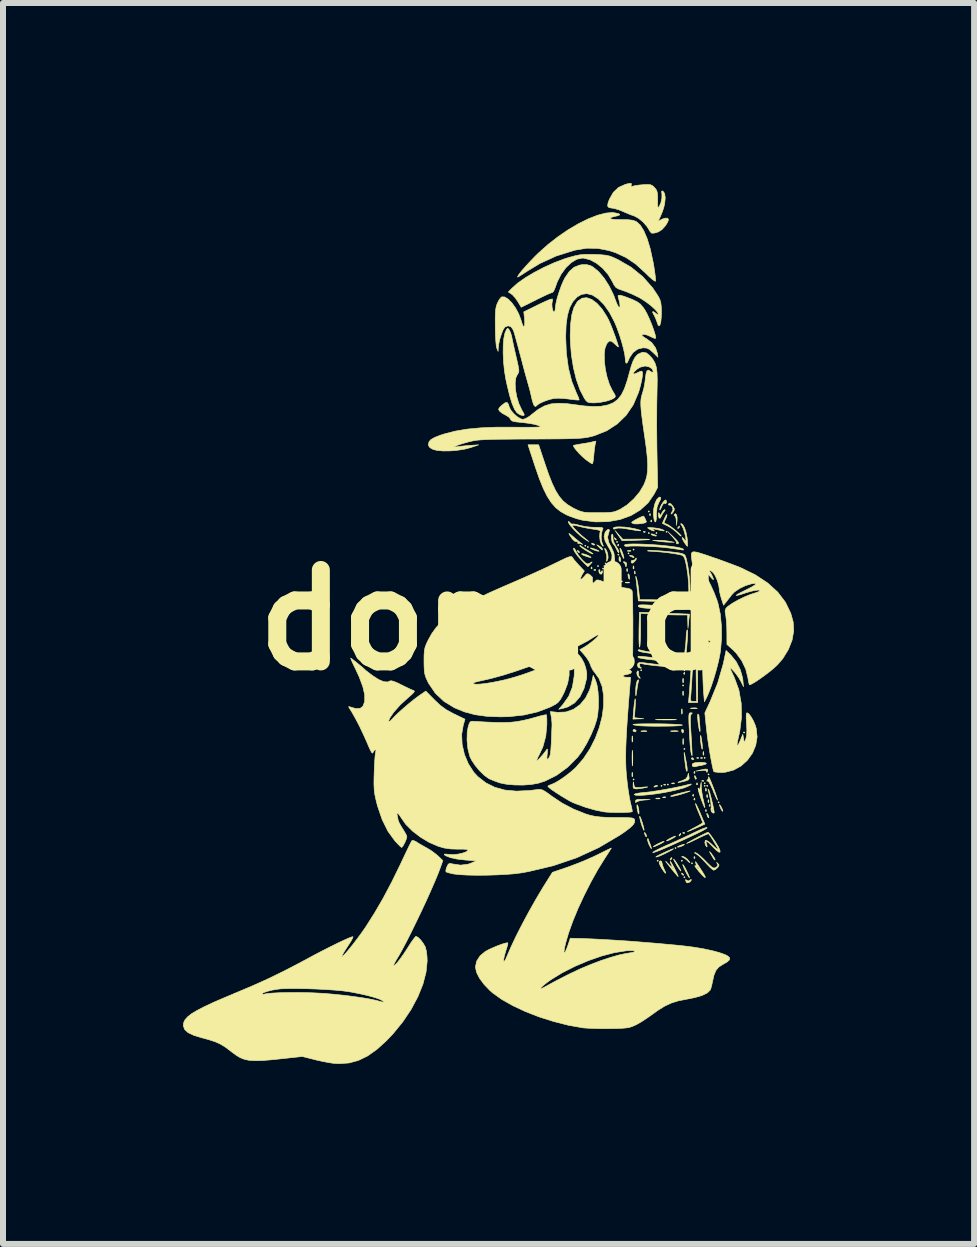
<source format=kicad_pcb>
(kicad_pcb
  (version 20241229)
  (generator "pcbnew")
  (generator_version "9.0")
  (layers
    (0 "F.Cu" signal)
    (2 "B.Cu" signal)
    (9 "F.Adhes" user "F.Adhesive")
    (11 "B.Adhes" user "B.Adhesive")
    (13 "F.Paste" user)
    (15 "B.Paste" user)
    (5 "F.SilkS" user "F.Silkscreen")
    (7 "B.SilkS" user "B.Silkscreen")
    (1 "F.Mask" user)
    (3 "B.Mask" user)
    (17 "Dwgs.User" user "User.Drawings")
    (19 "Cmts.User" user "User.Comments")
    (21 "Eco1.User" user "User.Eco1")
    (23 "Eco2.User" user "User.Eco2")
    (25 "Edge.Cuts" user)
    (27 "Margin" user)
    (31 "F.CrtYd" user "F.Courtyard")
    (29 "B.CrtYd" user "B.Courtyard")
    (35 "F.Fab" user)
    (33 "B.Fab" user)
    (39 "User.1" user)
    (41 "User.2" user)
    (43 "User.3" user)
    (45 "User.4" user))
  (footprint "donald"
    (layer "F.Cu")
    (at 5.127 7.283)
    (property "Reference" "donald" (at 0 0 0) (layer "F.SilkS") (effects (font (size 1.524 1.524) (thickness 0.3))))
    (attr through_hole)
    (fp_poly (pts (xy 1.587 -1.238) (xy 1.577 -1.228) (xy 1.566 -1.238) (xy 1.577 -1.249) (xy 1.587 -1.238)) (stroke (width 0.01) (type solid)) (fill yes) (layer "F.SilkS"))
    (fp_poly (pts (xy 1.63 -1.217) (xy 1.619 -1.206) (xy 1.609 -1.217) (xy 1.619 -1.228) (xy 1.63 -1.217)) (stroke (width 0.01) (type solid)) (fill yes) (layer "F.SilkS"))
    (fp_poly (pts (xy 1.799 -0.9) (xy 1.789 -0.889) (xy 1.778 -0.9) (xy 1.789 -0.91) (xy 1.799 -0.9)) (stroke (width 0.01) (type solid)) (fill yes) (layer "F.SilkS"))
    (fp_poly (pts (xy 1.884 -0.857) (xy 1.873 -0.847) (xy 1.863 -0.857) (xy 1.873 -0.868) (xy 1.884 -0.857)) (stroke (width 0.01) (type solid)) (fill yes) (layer "F.SilkS"))
    (fp_poly (pts (xy 1.905 -0.9) (xy 1.894 -0.889) (xy 1.884 -0.9) (xy 1.894 -0.91) (xy 1.905 -0.9)) (stroke (width 0.01) (type solid)) (fill yes) (layer "F.SilkS"))
    (fp_poly (pts (xy 1.926 -0.942) (xy 1.916 -0.931) (xy 1.905 -0.942) (xy 1.916 -0.953) (xy 1.926 -0.942)) (stroke (width 0.01) (type solid)) (fill yes) (layer "F.SilkS"))
    (fp_poly (pts (xy 2.117 -1.302) (xy 2.106 -1.291) (xy 2.095 -1.302) (xy 2.106 -1.312) (xy 2.117 -1.302)) (stroke (width 0.01) (type solid)) (fill yes) (layer "F.SilkS"))
    (fp_poly (pts (xy 2.138 -1.09) (xy 2.127 -1.079) (xy 2.117 -1.09) (xy 2.127 -1.101) (xy 2.138 -1.09)) (stroke (width 0.01) (type solid)) (fill yes) (layer "F.SilkS"))
    (fp_poly (pts (xy 2.307 -1.111) (xy 2.297 -1.101) (xy 2.286 -1.111) (xy 2.297 -1.122) (xy 2.307 -1.111)) (stroke (width 0.01) (type solid)) (fill yes) (layer "F.SilkS"))
    (fp_poly (pts (xy 2.392 -1.175) (xy 2.381 -1.164) (xy 2.371 -1.175) (xy 2.381 -1.185) (xy 2.392 -1.175)) (stroke (width 0.01) (type solid)) (fill yes) (layer "F.SilkS"))
    (fp_poly (pts (xy 2.392 2.656) (xy 2.381 2.667) (xy 2.371 2.656) (xy 2.381 2.646) (xy 2.392 2.656)) (stroke (width 0.01) (type solid)) (fill yes) (layer "F.SilkS"))
    (fp_poly (pts (xy 2.519 0.836) (xy 2.508 0.847) (xy 2.498 0.836) (xy 2.508 0.826) (xy 2.519 0.836)) (stroke (width 0.01) (type solid)) (fill yes) (layer "F.SilkS"))
    (fp_poly (pts (xy 2.646 -1.81) (xy 2.635 -1.799) (xy 2.625 -1.81) (xy 2.635 -1.82) (xy 2.646 -1.81)) (stroke (width 0.01) (type solid)) (fill yes) (layer "F.SilkS"))
    (fp_poly (pts (xy 2.646 -1.45) (xy 2.635 -1.439) (xy 2.625 -1.45) (xy 2.635 -1.46) (xy 2.646 -1.45)) (stroke (width 0.01) (type solid)) (fill yes) (layer "F.SilkS"))
    (fp_poly (pts (xy 2.773 -1.45) (xy 2.762 -1.439) (xy 2.752 -1.45) (xy 2.762 -1.46) (xy 2.773 -1.45)) (stroke (width 0.01) (type solid)) (fill yes) (layer "F.SilkS"))
    (fp_poly (pts (xy 2.794 4.011) (xy 2.783 4.022) (xy 2.773 4.011) (xy 2.783 4) (xy 2.794 4.011)) (stroke (width 0.01) (type solid)) (fill yes) (layer "F.SilkS"))
    (fp_poly (pts (xy 2.857 2.762) (xy 2.847 2.773) (xy 2.836 2.762) (xy 2.847 2.752) (xy 2.857 2.762)) (stroke (width 0.01) (type solid)) (fill yes) (layer "F.SilkS"))
    (fp_poly (pts (xy 2.942 -1.471) (xy 2.932 -1.46) (xy 2.921 -1.471) (xy 2.932 -1.482) (xy 2.942 -1.471)) (stroke (width 0.01) (type solid)) (fill yes) (layer "F.SilkS"))
    (fp_poly (pts (xy 2.963 2.741) (xy 2.953 2.752) (xy 2.942 2.741) (xy 2.953 2.731) (xy 2.963 2.741)) (stroke (width 0.01) (type solid)) (fill yes) (layer "F.SilkS"))
    (fp_poly (pts (xy 3.09 3.799) (xy 3.08 3.81) (xy 3.069 3.799) (xy 3.08 3.789) (xy 3.09 3.799)) (stroke (width 0.01) (type solid)) (fill yes) (layer "F.SilkS"))
    (fp_poly (pts (xy 3.196 4.011) (xy 3.186 4.022) (xy 3.175 4.011) (xy 3.186 4) (xy 3.196 4.011)) (stroke (width 0.01) (type solid)) (fill yes) (layer "F.SilkS"))
    (fp_poly (pts (xy 3.217 1.09) (xy 3.207 1.101) (xy 3.196 1.09) (xy 3.207 1.079) (xy 3.217 1.09)) (stroke (width 0.01) (type solid)) (fill yes) (layer "F.SilkS"))
    (fp_poly (pts (xy 3.239 2.148) (xy 3.228 2.159) (xy 3.217 2.148) (xy 3.228 2.138) (xy 3.239 2.148)) (stroke (width 0.01) (type solid)) (fill yes) (layer "F.SilkS"))
    (fp_poly (pts (xy 3.239 4.286) (xy 3.228 4.297) (xy 3.217 4.286) (xy 3.228 4.276) (xy 3.239 4.286)) (stroke (width 0.01) (type solid)) (fill yes) (layer "F.SilkS"))
    (fp_poly (pts (xy 3.365 4.053) (xy 3.355 4.064) (xy 3.344 4.053) (xy 3.355 4.043) (xy 3.365 4.053)) (stroke (width 0.01) (type solid)) (fill yes) (layer "F.SilkS"))
    (fp_poly (pts (xy 3.45 0.349) (xy 3.44 0.36) (xy 3.429 0.349) (xy 3.44 0.339) (xy 3.45 0.349)) (stroke (width 0.01) (type solid)) (fill yes) (layer "F.SilkS"))
    (fp_poly (pts (xy 3.577 2.297) (xy 3.567 2.307) (xy 3.556 2.297) (xy 3.567 2.286) (xy 3.577 2.297)) (stroke (width 0.01) (type solid)) (fill yes) (layer "F.SilkS"))
    (fp_poly (pts (xy 3.577 2.72) (xy 3.567 2.731) (xy 3.556 2.72) (xy 3.567 2.709) (xy 3.577 2.72)) (stroke (width 0.01) (type solid)) (fill yes) (layer "F.SilkS"))
    (fp_poly (pts (xy 3.577 2.762) (xy 3.567 2.773) (xy 3.556 2.762) (xy 3.567 2.752) (xy 3.577 2.762)) (stroke (width 0.01) (type solid)) (fill yes) (layer "F.SilkS"))
    (fp_poly (pts (xy 3.619 2.762) (xy 3.609 2.773) (xy 3.598 2.762) (xy 3.609 2.752) (xy 3.619 2.762)) (stroke (width 0.01) (type solid)) (fill yes) (layer "F.SilkS"))
    (fp_poly (pts (xy 3.641 2.572) (xy 3.63 2.582) (xy 3.619 2.572) (xy 3.63 2.561) (xy 3.641 2.572)) (stroke (width 0.01) (type solid)) (fill yes) (layer "F.SilkS"))
    (fp_poly (pts (xy 3.81 3.037) (xy 3.799 3.048) (xy 3.789 3.037) (xy 3.799 3.027) (xy 3.81 3.037)) (stroke (width 0.01) (type solid)) (fill yes) (layer "F.SilkS"))
    (fp_poly (pts (xy 4.233 1.873) (xy 4.223 1.884) (xy 4.212 1.873) (xy 4.223 1.863) (xy 4.233 1.873)) (stroke (width 0.01) (type solid)) (fill yes) (layer "F.SilkS"))
    (fp_poly (pts (xy 1.686 -0.882) (xy 1.689 -0.857) (xy 1.686 -0.854) (xy 1.674 -0.857) (xy 1.672 -0.868) (xy 1.68 -0.885) (xy 1.686 -0.882)) (stroke (width 0.01) (type solid)) (fill yes) (layer "F.SilkS"))
    (fp_poly (pts (xy 1.75 -0.84) (xy 1.747 -0.827) (xy 1.736 -0.826) (xy 1.718 -0.833) (xy 1.722 -0.84) (xy 1.747 -0.842) (xy 1.75 -0.84)) (stroke (width 0.01) (type solid)) (fill yes) (layer "F.SilkS"))
    (fp_poly (pts (xy 2.131 -1.263) (xy 2.133 -1.238) (xy 2.131 -1.235) (xy 2.118 -1.238) (xy 2.117 -1.249) (xy 2.124 -1.266) (xy 2.131 -1.263)) (stroke (width 0.01) (type solid)) (fill yes) (layer "F.SilkS"))
    (fp_poly (pts (xy 2.131 -0.882) (xy 2.133 -0.857) (xy 2.131 -0.854) (xy 2.118 -0.857) (xy 2.117 -0.868) (xy 2.124 -0.885) (xy 2.131 -0.882)) (stroke (width 0.01) (type solid)) (fill yes) (layer "F.SilkS"))
    (fp_poly (pts (xy 2.194 -0.649) (xy 2.191 -0.637) (xy 2.18 -0.635) (xy 2.163 -0.643) (xy 2.166 -0.649) (xy 2.191 -0.652) (xy 2.194 -0.649)) (stroke (width 0.01) (type solid)) (fill yes) (layer "F.SilkS"))
    (fp_poly (pts (xy 2.279 -0.851) (xy 2.282 -0.818) (xy 2.278 -0.81) (xy 2.268 -0.816) (xy 2.267 -0.838) (xy 2.272 -0.86) (xy 2.279 -0.851)) (stroke (width 0.01) (type solid)) (fill yes) (layer "F.SilkS"))
    (fp_poly (pts (xy 2.334 -1.157) (xy 2.336 -1.149) (xy 2.307 -1.146) (xy 2.277 -1.15) (xy 2.281 -1.157) (xy 2.324 -1.16) (xy 2.334 -1.157)) (stroke (width 0.01) (type solid)) (fill yes) (layer "F.SilkS"))
    (fp_poly (pts (xy 2.385 -0.893) (xy 2.388 -0.86) (xy 2.383 -0.852) (xy 2.374 -0.859) (xy 2.372 -0.88) (xy 2.378 -0.903) (xy 2.385 -0.893)) (stroke (width 0.01) (type solid)) (fill yes) (layer "F.SilkS"))
    (fp_poly (pts (xy 2.406 -0.808) (xy 2.409 -0.775) (xy 2.405 -0.768) (xy 2.395 -0.774) (xy 2.394 -0.796) (xy 2.399 -0.818) (xy 2.406 -0.808)) (stroke (width 0.01) (type solid)) (fill yes) (layer "F.SilkS"))
    (fp_poly (pts (xy 2.575 -1.475) (xy 2.572 -1.462) (xy 2.561 -1.46) (xy 2.544 -1.468) (xy 2.547 -1.475) (xy 2.572 -1.477) (xy 2.575 -1.475)) (stroke (width 0.01) (type solid)) (fill yes) (layer "F.SilkS"))
    (fp_poly (pts (xy 2.66 -1.771) (xy 2.662 -1.746) (xy 2.66 -1.743) (xy 2.647 -1.746) (xy 2.646 -1.757) (xy 2.654 -1.774) (xy 2.66 -1.771)) (stroke (width 0.01) (type solid)) (fill yes) (layer "F.SilkS"))
    (fp_poly (pts (xy 2.681 -1.665) (xy 2.684 -1.64) (xy 2.681 -1.637) (xy 2.669 -1.64) (xy 2.667 -1.651) (xy 2.675 -1.668) (xy 2.681 -1.665)) (stroke (width 0.01) (type solid)) (fill yes) (layer "F.SilkS"))
    (fp_poly (pts (xy 2.914 2.738) (xy 2.911 2.75) (xy 2.9 2.752) (xy 2.882 2.744) (xy 2.886 2.738) (xy 2.911 2.735) (xy 2.914 2.738)) (stroke (width 0.01) (type solid)) (fill yes) (layer "F.SilkS"))
    (fp_poly (pts (xy 2.915 2.951) (xy 2.909 2.96) (xy 2.887 2.962) (xy 2.865 2.956) (xy 2.875 2.949) (xy 2.908 2.946) (xy 2.915 2.951)) (stroke (width 0.01) (type solid)) (fill yes) (layer "F.SilkS"))
    (fp_poly (pts (xy 3.063 2.718) (xy 3.057 2.727) (xy 3.036 2.729) (xy 3.013 2.724) (xy 3.023 2.716) (xy 3.056 2.714) (xy 3.063 2.718)) (stroke (width 0.01) (type solid)) (fill yes) (layer "F.SilkS"))
    (fp_poly (pts (xy 3.231 0.875) (xy 3.234 0.9) (xy 3.231 0.903) (xy 3.219 0.9) (xy 3.217 0.889) (xy 3.225 0.872) (xy 3.231 0.875)) (stroke (width 0.01) (type solid)) (fill yes) (layer "F.SilkS"))
    (fp_poly (pts (xy 3.231 3.542) (xy 3.229 3.554) (xy 3.217 3.556) (xy 3.2 3.548) (xy 3.203 3.542) (xy 3.228 3.539) (xy 3.231 3.542)) (stroke (width 0.01) (type solid)) (fill yes) (layer "F.SilkS"))
    (fp_poly (pts (xy 3.38 2.907) (xy 3.382 2.932) (xy 3.38 2.935) (xy 3.367 2.932) (xy 3.365 2.921) (xy 3.373 2.904) (xy 3.38 2.907)) (stroke (width 0.01) (type solid)) (fill yes) (layer "F.SilkS"))
    (fp_poly (pts (xy 3.401 2.526) (xy 3.403 2.551) (xy 3.401 2.554) (xy 3.388 2.551) (xy 3.387 2.54) (xy 3.394 2.523) (xy 3.401 2.526)) (stroke (width 0.01) (type solid)) (fill yes) (layer "F.SilkS"))
    (fp_poly (pts (xy 3.401 2.97) (xy 3.403 2.996) (xy 3.401 2.999) (xy 3.388 2.996) (xy 3.387 2.985) (xy 3.394 2.967) (xy 3.401 2.97)) (stroke (width 0.01) (type solid)) (fill yes) (layer "F.SilkS"))
    (fp_poly (pts (xy 3.401 3.944) (xy 3.403 3.969) (xy 3.401 3.972) (xy 3.388 3.969) (xy 3.387 3.958) (xy 3.394 3.941) (xy 3.401 3.944)) (stroke (width 0.01) (type solid)) (fill yes) (layer "F.SilkS"))
    (fp_poly (pts (xy 3.443 2.716) (xy 3.446 2.742) (xy 3.443 2.745) (xy 3.431 2.742) (xy 3.429 2.731) (xy 3.437 2.713) (xy 3.443 2.716)) (stroke (width 0.01) (type solid)) (fill yes) (layer "F.SilkS"))
    (fp_poly (pts (xy 3.464 2.293) (xy 3.461 2.306) (xy 3.45 2.307) (xy 3.433 2.299) (xy 3.436 2.293) (xy 3.461 2.291) (xy 3.464 2.293)) (stroke (width 0.01) (type solid)) (fill yes) (layer "F.SilkS"))
    (fp_poly (pts (xy 3.528 2.293) (xy 3.525 2.306) (xy 3.514 2.307) (xy 3.496 2.299) (xy 3.5 2.293) (xy 3.525 2.291) (xy 3.528 2.293)) (stroke (width 0.01) (type solid)) (fill yes) (layer "F.SilkS"))
    (fp_poly (pts (xy 3.549 2.196) (xy 3.552 2.239) (xy 3.549 2.249) (xy 3.541 2.252) (xy 3.538 2.223) (xy 3.542 2.192) (xy 3.549 2.196)) (stroke (width 0.01) (type solid)) (fill yes) (layer "F.SilkS"))
    (fp_poly (pts (xy 3.549 2.674) (xy 3.546 2.687) (xy 3.535 2.688) (xy 3.517 2.68) (xy 3.521 2.674) (xy 3.546 2.672) (xy 3.549 2.674)) (stroke (width 0.01) (type solid)) (fill yes) (layer "F.SilkS"))
    (fp_poly (pts (xy 3.591 3.161) (xy 3.594 3.186) (xy 3.591 3.189) (xy 3.579 3.186) (xy 3.577 3.175) (xy 3.585 3.158) (xy 3.591 3.161)) (stroke (width 0.01) (type solid)) (fill yes) (layer "F.SilkS"))
    (fp_poly (pts (xy 3.592 2.811) (xy 3.594 2.844) (xy 3.59 2.852) (xy 3.58 2.845) (xy 3.579 2.824) (xy 3.584 2.801) (xy 3.592 2.811)) (stroke (width 0.01) (type solid)) (fill yes) (layer "F.SilkS"))
    (fp_poly (pts (xy 3.613 2.917) (xy 3.615 2.95) (xy 3.611 2.958) (xy 3.602 2.951) (xy 3.6 2.93) (xy 3.605 2.907) (xy 3.613 2.917)) (stroke (width 0.01) (type solid)) (fill yes) (layer "F.SilkS"))
    (fp_poly (pts (xy 3.634 3.002) (xy 3.636 3.035) (xy 3.632 3.042) (xy 3.623 3.036) (xy 3.621 3.014) (xy 3.626 2.992) (xy 3.634 3.002)) (stroke (width 0.01) (type solid)) (fill yes) (layer "F.SilkS"))
    (fp_poly (pts (xy 3.655 3.076) (xy 3.657 3.101) (xy 3.655 3.104) (xy 3.642 3.102) (xy 3.641 3.09) (xy 3.648 3.073) (xy 3.655 3.076)) (stroke (width 0.01) (type solid)) (fill yes) (layer "F.SilkS"))
    (fp_poly (pts (xy 1.457 -1.156) (xy 1.48 -1.134) (xy 1.475 -1.122) (xy 1.472 -1.122) (xy 1.454 -1.137) (xy 1.448 -1.146) (xy 1.445 -1.161) (xy 1.457 -1.156)) (stroke (width 0.01) (type solid)) (fill yes) (layer "F.SilkS"))
    (fp_poly (pts (xy 1.703 -1.278) (xy 1.733 -1.261) (xy 1.728 -1.25) (xy 1.716 -1.249) (xy 1.687 -1.264) (xy 1.683 -1.27) (xy 1.686 -1.282) (xy 1.703 -1.278)) (stroke (width 0.01) (type solid)) (fill yes) (layer "F.SilkS"))
    (fp_poly (pts (xy 2.071 -1.367) (xy 2.094 -1.346) (xy 2.089 -1.334) (xy 2.086 -1.333) (xy 2.068 -1.349) (xy 2.062 -1.358) (xy 2.059 -1.372) (xy 2.071 -1.367)) (stroke (width 0.01) (type solid)) (fill yes) (layer "F.SilkS"))
    (fp_poly (pts (xy 2.585 3.563) (xy 2.599 3.598) (xy 2.597 3.611) (xy 2.583 3.604) (xy 2.574 3.587) (xy 2.562 3.547) (xy 2.567 3.539) (xy 2.585 3.563)) (stroke (width 0.01) (type solid)) (fill yes) (layer "F.SilkS"))
    (fp_poly (pts (xy 2.776 2.756) (xy 2.781 2.767) (xy 2.753 2.779) (xy 2.721 2.783) (xy 2.725 2.77) (xy 2.726 2.769) (xy 2.762 2.754) (xy 2.776 2.756)) (stroke (width 0.01) (type solid)) (fill yes) (layer "F.SilkS"))
    (fp_poly (pts (xy 3.193 4.221) (xy 3.216 4.242) (xy 3.211 4.254) (xy 3.208 4.255) (xy 3.19 4.239) (xy 3.184 4.23) (xy 3.181 4.216) (xy 3.193 4.221)) (stroke (width 0.01) (type solid)) (fill yes) (layer "F.SilkS"))
    (fp_poly (pts (xy 3.215 1.846) (xy 3.213 1.866) (xy 3.201 1.882) (xy 3.187 1.866) (xy 3.18 1.834) (xy 3.183 1.826) (xy 3.204 1.823) (xy 3.215 1.846)) (stroke (width 0.01) (type solid)) (fill yes) (layer "F.SilkS"))
    (fp_poly (pts (xy 3.41 2.598) (xy 3.411 2.599) (xy 3.426 2.635) (xy 3.425 2.649) (xy 3.414 2.654) (xy 3.402 2.626) (xy 3.397 2.594) (xy 3.41 2.598)) (stroke (width 0.01) (type solid)) (fill yes) (layer "F.SilkS"))
    (fp_poly (pts (xy 3.622 3.245) (xy 3.636 3.28) (xy 3.635 3.294) (xy 3.62 3.286) (xy 3.612 3.269) (xy 3.6 3.229) (xy 3.604 3.221) (xy 3.622 3.245)) (stroke (width 0.01) (type solid)) (fill yes) (layer "F.SilkS"))
    (fp_poly (pts (xy 1.815 -1.23) (xy 1.851 -1.204) (xy 1.863 -1.185) (xy 1.86 -1.168) (xy 1.847 -1.174) (xy 1.814 -1.206) (xy 1.81 -1.21) (xy 1.767 -1.254) (xy 1.815 -1.23)) (stroke (width 0.01) (type solid)) (fill yes) (layer "F.SilkS"))
    (fp_poly (pts (xy 2.157 -1.041) (xy 2.165 -1.016) (xy 2.166 -0.982) (xy 2.157 -0.974) (xy 2.141 -0.991) (xy 2.138 -1.016) (xy 2.141 -1.05) (xy 2.146 -1.058) (xy 2.157 -1.041)) (stroke (width 0.01) (type solid)) (fill yes) (layer "F.SilkS"))
    (fp_poly (pts (xy 2.313 -0.628) (xy 2.314 -0.621) (xy 2.28 -0.618) (xy 2.275 -0.618) (xy 2.243 -0.621) (xy 2.246 -0.627) (xy 2.249 -0.629) (xy 2.295 -0.632) (xy 2.313 -0.628)) (stroke (width 0.01) (type solid)) (fill yes) (layer "F.SilkS"))
    (fp_poly (pts (xy 2.363 2.542) (xy 2.364 2.546) (xy 2.367 2.592) (xy 2.363 2.609) (xy 2.356 2.61) (xy 2.354 2.577) (xy 2.354 2.572) (xy 2.357 2.539) (xy 2.363 2.542)) (stroke (width 0.01) (type solid)) (fill yes) (layer "F.SilkS"))
    (fp_poly (pts (xy 2.364 1.942) (xy 2.368 1.997) (xy 2.364 2.027) (xy 2.358 2.032) (xy 2.355 2.002) (xy 2.355 1.979) (xy 2.357 1.938) (xy 2.362 1.932) (xy 2.364 1.942)) (stroke (width 0.01) (type solid)) (fill yes) (layer "F.SilkS"))
    (fp_poly (pts (xy 2.371 -1.068) (xy 2.381 -1.058) (xy 2.39 -1.042) (xy 2.377 -1.042) (xy 2.339 -1.058) (xy 2.312 -1.072) (xy 2.324 -1.078) (xy 2.332 -1.078) (xy 2.371 -1.068)) (stroke (width 0.01) (type solid)) (fill yes) (layer "F.SilkS"))
    (fp_poly (pts (xy 2.419 1.836) (xy 2.424 1.841) (xy 2.419 1.86) (xy 2.404 1.863) (xy 2.375 1.852) (xy 2.371 1.841) (xy 2.386 1.821) (xy 2.391 1.82) (xy 2.419 1.836)) (stroke (width 0.01) (type solid)) (fill yes) (layer "F.SilkS"))
    (fp_poly (pts (xy 2.598 1.848) (xy 2.603 1.854) (xy 2.573 1.857) (xy 2.551 1.857) (xy 2.51 1.855) (xy 2.503 1.85) (xy 2.514 1.848) (xy 2.569 1.844) (xy 2.598 1.848)) (stroke (width 0.01) (type solid)) (fill yes) (layer "F.SilkS"))
    (fp_poly (pts (xy 2.726 -1.424) (xy 2.741 -1.418) (xy 2.765 -1.404) (xy 2.752 -1.399) (xy 2.706 -1.409) (xy 2.688 -1.418) (xy 2.672 -1.434) (xy 2.687 -1.436) (xy 2.726 -1.424)) (stroke (width 0.01) (type solid)) (fill yes) (layer "F.SilkS"))
    (fp_poly (pts (xy 2.821 2.971) (xy 2.822 2.978) (xy 2.788 2.98) (xy 2.783 2.98) (xy 2.751 2.977) (xy 2.754 2.971) (xy 2.757 2.97) (xy 2.803 2.967) (xy 2.821 2.971)) (stroke (width 0.01) (type solid)) (fill yes) (layer "F.SilkS"))
    (fp_poly (pts (xy 3.02 3.972) (xy 3.016 3.979) (xy 2.996 4) (xy 2.993 4) (xy 2.991 3.987) (xy 2.995 3.979) (xy 3.015 3.959) (xy 3.019 3.958) (xy 3.02 3.972)) (stroke (width 0.01) (type solid)) (fill yes) (layer "F.SilkS"))
    (fp_poly (pts (xy 3.117 1.848) (xy 3.126 1.853) (xy 3.098 1.856) (xy 3.059 1.857) (xy 3.011 1.855) (xy 2.997 1.851) (xy 3.011 1.847) (xy 3.074 1.844) (xy 3.117 1.848)) (stroke (width 0.01) (type solid)) (fill yes) (layer "F.SilkS"))
    (fp_poly (pts (xy 3.147 -1.553) (xy 3.143 -1.545) (xy 3.123 -1.525) (xy 3.12 -1.524) (xy 3.118 -1.538) (xy 3.122 -1.545) (xy 3.142 -1.565) (xy 3.146 -1.566) (xy 3.147 -1.553)) (stroke (width 0.01) (type solid)) (fill yes) (layer "F.SilkS"))
    (fp_poly (pts (xy 3.168 3.57) (xy 3.164 3.577) (xy 3.144 3.597) (xy 3.141 3.598) (xy 3.139 3.585) (xy 3.143 3.577) (xy 3.163 3.557) (xy 3.167 3.556) (xy 3.168 3.57)) (stroke (width 0.01) (type solid)) (fill yes) (layer "F.SilkS"))
    (fp_poly (pts (xy 3.19 1.487) (xy 3.193 1.541) (xy 3.19 1.561) (xy 3.183 1.568) (xy 3.18 1.538) (xy 3.18 1.524) (xy 3.182 1.485) (xy 3.188 1.481) (xy 3.19 1.487)) (stroke (width 0.01) (type solid)) (fill yes) (layer "F.SilkS"))
    (fp_poly (pts (xy 3.21 0.976) (xy 3.211 0.979) (xy 3.214 1.025) (xy 3.21 1.043) (xy 3.203 1.044) (xy 3.2 1.01) (xy 3.2 1.005) (xy 3.203 0.973) (xy 3.21 0.976)) (stroke (width 0.01) (type solid)) (fill yes) (layer "F.SilkS"))
    (fp_poly (pts (xy 3.21 1.187) (xy 3.211 1.191) (xy 3.214 1.237) (xy 3.21 1.255) (xy 3.203 1.255) (xy 3.2 1.222) (xy 3.2 1.217) (xy 3.203 1.184) (xy 3.21 1.187)) (stroke (width 0.01) (type solid)) (fill yes) (layer "F.SilkS"))
    (fp_poly (pts (xy 3.211 1.985) (xy 3.215 2.04) (xy 3.211 2.069) (xy 3.205 2.074) (xy 3.202 2.044) (xy 3.202 2.021) (xy 3.204 1.98) (xy 3.208 1.974) (xy 3.211 1.985)) (stroke (width 0.01) (type solid)) (fill yes) (layer "F.SilkS"))
    (fp_poly (pts (xy 3.365 2.297) (xy 3.386 2.316) (xy 3.387 2.319) (xy 3.37 2.328) (xy 3.365 2.328) (xy 3.345 2.312) (xy 3.344 2.306) (xy 3.357 2.293) (xy 3.365 2.297)) (stroke (width 0.01) (type solid)) (fill yes) (layer "F.SilkS"))
    (fp_poly (pts (xy 3.434 1.467) (xy 3.444 1.472) (xy 3.418 1.475) (xy 3.387 1.476) (xy 3.341 1.474) (xy 3.328 1.47) (xy 3.339 1.467) (xy 3.401 1.463) (xy 3.434 1.467)) (stroke (width 0.01) (type solid)) (fill yes) (layer "F.SilkS"))
    (fp_poly (pts (xy 3.435 0.536) (xy 3.435 0.543) (xy 3.402 0.546) (xy 3.397 0.546) (xy 3.364 0.543) (xy 3.368 0.537) (xy 3.371 0.536) (xy 3.417 0.533) (xy 3.435 0.536)) (stroke (width 0.01) (type solid)) (fill yes) (layer "F.SilkS"))
    (fp_poly (pts (xy 2.311 -0.737) (xy 2.311 -0.736) (xy 2.316 -0.69) (xy 2.31 -0.679) (xy 2.295 -0.705) (xy 2.294 -0.708) (xy 2.288 -0.753) (xy 2.291 -0.767) (xy 2.301 -0.769) (xy 2.311 -0.737)) (stroke (width 0.01) (type solid)) (fill yes) (layer "F.SilkS"))
    (fp_poly (pts (xy 3.107 0.578) (xy 3.118 0.582) (xy 3.093 0.585) (xy 3.037 0.586) (xy 2.983 0.585) (xy 2.962 0.582) (xy 2.979 0.577) (xy 2.98 0.577) (xy 3.049 0.574) (xy 3.107 0.578)) (stroke (width 0.01) (type solid)) (fill yes) (layer "F.SilkS"))
    (fp_poly (pts (xy 3.827 3.09) (xy 3.844 3.119) (xy 3.864 3.162) (xy 3.868 3.187) (xy 3.868 3.188) (xy 3.854 3.177) (xy 3.835 3.142) (xy 3.815 3.092) (xy 3.813 3.074) (xy 3.827 3.09)) (stroke (width 0.01) (type solid)) (fill yes) (layer "F.SilkS"))
    (fp_poly (pts (xy 2.259 -0.957) (xy 2.265 -0.931) (xy 2.26 -0.897) (xy 2.254 -0.889) (xy 2.245 -0.906) (xy 2.244 -0.919) (xy 2.228 -0.953) (xy 2.217 -0.96) (xy 2.21 -0.969) (xy 2.228 -0.972) (xy 2.259 -0.957)) (stroke (width 0.01) (type solid)) (fill yes) (layer "F.SilkS"))
    (fp_poly (pts (xy 2.877 -1.326) (xy 2.96 -1.316) (xy 2.974 -1.314) (xy 3.059 -1.296) (xy 2.985 -1.297) (xy 2.917 -1.3) (xy 2.835 -1.308) (xy 2.805 -1.312) (xy 2.699 -1.327) (xy 2.794 -1.329) (xy 2.877 -1.326)) (stroke (width 0.01) (type solid)) (fill yes) (layer "F.SilkS"))
    (fp_poly (pts (xy 3.23 3.741) (xy 3.227 3.744) (xy 3.197 3.762) (xy 3.156 3.778) (xy 3.122 3.785) (xy 3.111 3.782) (xy 3.129 3.769) (xy 3.173 3.751) (xy 3.18 3.748) (xy 3.219 3.737) (xy 3.23 3.741)) (stroke (width 0.01) (type solid)) (fill yes) (layer "F.SilkS"))
    (fp_poly (pts (xy 3.422 0.418) (xy 3.41 0.453) (xy 3.387 0.466) (xy 3.368 0.451) (xy 3.365 0.433) (xy 3.375 0.41) (xy 3.385 0.412) (xy 3.408 0.407) (xy 3.414 0.397) (xy 3.421 0.393) (xy 3.422 0.418)) (stroke (width 0.01) (type solid)) (fill yes) (layer "F.SilkS"))
    (fp_poly (pts (xy 1.689 -1.198) (xy 1.743 -1.18) (xy 1.757 -1.175) (xy 1.796 -1.157) (xy 1.805 -1.147) (xy 1.799 -1.146) (xy 1.758 -1.154) (xy 1.705 -1.174) (xy 1.704 -1.174) (xy 1.665 -1.194) (xy 1.662 -1.202) (xy 1.689 -1.198)) (stroke (width 0.01) (type solid)) (fill yes) (layer "F.SilkS"))
    (fp_poly (pts (xy 2.176 -1.171) (xy 2.196 -1.125) (xy 2.213 -1.074) (xy 2.22 -1.036) (xy 2.218 -1.026) (xy 2.207 -1.039) (xy 2.187 -1.081) (xy 2.175 -1.113) (xy 2.158 -1.165) (xy 2.154 -1.194) (xy 2.158 -1.196) (xy 2.176 -1.171)) (stroke (width 0.01) (type solid)) (fill yes) (layer "F.SilkS"))
    (fp_poly (pts (xy 2.365 2.197) (xy 2.368 2.286) (xy 2.367 2.378) (xy 2.365 2.408) (xy 2.362 2.431) (xy 2.359 2.414) (xy 2.358 2.364) (xy 2.357 2.297) (xy 2.358 2.221) (xy 2.36 2.178) (xy 2.362 2.171) (xy 2.365 2.197)) (stroke (width 0.01) (type solid)) (fill yes) (layer "F.SilkS"))
    (fp_poly (pts (xy 2.427 -1.03) (xy 2.424 -1.007) (xy 2.397 -0.974) (xy 2.364 -0.948) (xy 2.347 -0.953) (xy 2.341 -0.964) (xy 2.346 -0.99) (xy 2.371 -0.995) (xy 2.405 -1.005) (xy 2.413 -1.02) (xy 2.422 -1.034) (xy 2.427 -1.03)) (stroke (width 0.01) (type solid)) (fill yes) (layer "F.SilkS"))
    (fp_poly (pts (xy 2.466 0.862) (xy 2.463 0.879) (xy 2.465 0.92) (xy 2.477 0.942) (xy 2.494 0.97) (xy 2.484 0.969) (xy 2.46 0.948) (xy 2.44 0.913) (xy 2.435 0.874) (xy 2.447 0.849) (xy 2.455 0.847) (xy 2.466 0.862)) (stroke (width 0.01) (type solid)) (fill yes) (layer "F.SilkS"))
    (fp_poly (pts (xy 2.535 2.988) (xy 2.656 2.992) (xy 2.551 3) (xy 2.487 3.01) (xy 2.441 3.025) (xy 2.43 3.033) (xy 2.416 3.042) (xy 2.413 3.022) (xy 2.419 3.001) (xy 2.444 2.99) (xy 2.497 2.987) (xy 2.535 2.988)) (stroke (width 0.01) (type solid)) (fill yes) (layer "F.SilkS"))
    (fp_poly (pts (xy 3.043 -1.387) (xy 3.102 -1.328) (xy 3.129 -1.291) (xy 3.125 -1.273) (xy 3.108 -1.27) (xy 3.094 -1.279) (xy 3.098 -1.285) (xy 3.093 -1.307) (xy 3.064 -1.348) (xy 3.033 -1.385) (xy 2.953 -1.471) (xy 3.043 -1.387)) (stroke (width 0.01) (type solid)) (fill yes) (layer "F.SilkS"))
    (fp_poly (pts (xy 3.097 -1.754) (xy 3.107 -1.709) (xy 3.106 -1.659) (xy 3.097 -1.577) (xy 3.094 -1.656) (xy 3.086 -1.707) (xy 3.072 -1.734) (xy 3.068 -1.736) (xy 3.056 -1.749) (xy 3.06 -1.759) (xy 3.08 -1.773) (xy 3.097 -1.754)) (stroke (width 0.01) (type solid)) (fill yes) (layer "F.SilkS"))
    (fp_poly (pts (xy 3.612 2.487) (xy 3.617 2.509) (xy 3.613 2.523) (xy 3.603 2.539) (xy 3.6 2.524) (xy 3.583 2.507) (xy 3.533 2.505) (xy 3.508 2.507) (xy 3.418 2.518) (xy 3.51 2.496) (xy 3.578 2.483) (xy 3.612 2.487)) (stroke (width 0.01) (type solid)) (fill yes) (layer "F.SilkS"))
    (fp_poly (pts (xy 3.672 3.884) (xy 3.707 3.931) (xy 3.732 3.972) (xy 3.741 3.998) (xy 3.738 4) (xy 3.72 3.985) (xy 3.712 3.974) (xy 3.69 3.936) (xy 3.666 3.895) (xy 3.647 3.86) (xy 3.65 3.859) (xy 3.672 3.884)) (stroke (width 0.01) (type solid)) (fill yes) (layer "F.SilkS"))
    (fp_poly (pts (xy 1.555 -1.101) (xy 1.599 -1.087) (xy 1.64 -1.069) (xy 1.661 -1.055) (xy 1.673 -1.043) (xy 1.667 -1.041) (xy 1.634 -1.049) (xy 1.594 -1.061) (xy 1.544 -1.08) (xy 1.514 -1.099) (xy 1.514 -1.1) (xy 1.522 -1.107) (xy 1.555 -1.101)) (stroke (width 0.01) (type solid)) (fill yes) (layer "F.SilkS"))
    (fp_poly (pts (xy 2.136 -1.42) (xy 2.2 -1.347) (xy 2.449 -1.349) (xy 2.558 -1.349) (xy 2.624 -1.347) (xy 2.651 -1.344) (xy 2.637 -1.341) (xy 2.584 -1.336) (xy 2.492 -1.332) (xy 2.401 -1.329) (xy 2.189 -1.322) (xy 2.073 -1.492) (xy 2.136 -1.42)) (stroke (width 0.01) (type solid)) (fill yes) (layer "F.SilkS"))
    (fp_poly (pts (xy 2.45 3.089) (xy 2.462 3.13) (xy 2.465 3.144) (xy 2.472 3.197) (xy 2.47 3.23) (xy 2.469 3.232) (xy 2.459 3.221) (xy 2.447 3.18) (xy 2.444 3.166) (xy 2.437 3.113) (xy 2.438 3.08) (xy 2.44 3.078) (xy 2.45 3.089)) (stroke (width 0.01) (type solid)) (fill yes) (layer "F.SilkS"))
    (fp_poly (pts (xy 2.492 3.282) (xy 2.51 3.326) (xy 2.527 3.378) (xy 2.546 3.443) (xy 2.556 3.489) (xy 2.556 3.505) (xy 2.546 3.491) (xy 2.528 3.447) (xy 2.51 3.395) (xy 2.492 3.331) (xy 2.482 3.284) (xy 2.482 3.269) (xy 2.492 3.282)) (stroke (width 0.01) (type solid)) (fill yes) (layer "F.SilkS"))
    (fp_poly (pts (xy 2.891 3.688) (xy 2.878 3.701) (xy 2.838 3.725) (xy 2.804 3.742) (xy 2.75 3.767) (xy 2.716 3.779) (xy 2.709 3.778) (xy 2.726 3.763) (xy 2.767 3.739) (xy 2.818 3.714) (xy 2.863 3.694) (xy 2.889 3.687) (xy 2.891 3.688)) (stroke (width 0.01) (type solid)) (fill yes) (layer "F.SilkS"))
    (fp_poly (pts (xy 3.059 3.992) (xy 3.085 4.027) (xy 3.113 4.071) (xy 3.147 4.128) (xy 3.167 4.168) (xy 3.17 4.182) (xy 3.156 4.169) (xy 3.128 4.13) (xy 3.105 4.094) (xy 3.073 4.037) (xy 3.052 3.996) (xy 3.048 3.984) (xy 3.059 3.992)) (stroke (width 0.01) (type solid)) (fill yes) (layer "F.SilkS"))
    (fp_poly (pts (xy 3.077 3.609) (xy 3.045 3.63) (xy 3.027 3.641) (xy 2.974 3.667) (xy 2.937 3.681) (xy 2.932 3.681) (xy 2.934 3.673) (xy 2.966 3.651) (xy 2.985 3.641) (xy 3.037 3.615) (xy 3.074 3.601) (xy 3.08 3.6) (xy 3.077 3.609)) (stroke (width 0.01) (type solid)) (fill yes) (layer "F.SilkS"))
    (fp_poly (pts (xy 3.214 4.086) (xy 3.239 4.128) (xy 3.266 4.181) (xy 3.294 4.241) (xy 3.311 4.283) (xy 3.313 4.297) (xy 3.299 4.28) (xy 3.272 4.235) (xy 3.248 4.189) (xy 3.22 4.129) (xy 3.203 4.087) (xy 3.201 4.073) (xy 3.214 4.086)) (stroke (width 0.01) (type solid)) (fill yes) (layer "F.SilkS"))
    (fp_poly (pts (xy 3.344 4.333) (xy 3.327 4.359) (xy 3.311 4.369) (xy 3.276 4.38) (xy 3.26 4.369) (xy 3.251 4.347) (xy 3.246 4.324) (xy 3.266 4.335) (xy 3.266 4.336) (xy 3.299 4.348) (xy 3.319 4.334) (xy 3.341 4.322) (xy 3.344 4.333)) (stroke (width 0.01) (type solid)) (fill yes) (layer "F.SilkS"))
    (fp_poly (pts (xy 1.818 -0.835) (xy 1.821 -0.813) (xy 1.824 -0.786) (xy 1.838 -0.799) (xy 1.841 -0.804) (xy 1.858 -0.824) (xy 1.862 -0.804) (xy 1.862 -0.799) (xy 1.851 -0.767) (xy 1.826 -0.767) (xy 1.806 -0.795) (xy 1.802 -0.83) (xy 1.807 -0.841) (xy 1.818 -0.835)) (stroke (width 0.01) (type solid)) (fill yes) (layer "F.SilkS"))
    (fp_poly (pts (xy 1.904 -1.196) (xy 1.932 -1.16) (xy 1.951 -1.101) (xy 1.957 -1.041) (xy 1.947 -1.001) (xy 1.931 -0.978) (xy 1.93 -0.992) (xy 1.934 -1.014) (xy 1.934 -1.068) (xy 1.917 -1.132) (xy 1.915 -1.137) (xy 1.901 -1.179) (xy 1.901 -1.197) (xy 1.904 -1.196)) (stroke (width 0.01) (type solid)) (fill yes) (layer "F.SilkS"))
    (fp_poly (pts (xy 2.469 1.008) (xy 2.466 1.016) (xy 2.456 1.047) (xy 2.445 1.106) (xy 2.436 1.17) (xy 2.426 1.235) (xy 2.421 1.262) (xy 2.417 1.251) (xy 2.416 1.214) (xy 2.418 1.132) (xy 2.427 1.06) (xy 2.442 1.011) (xy 2.459 0.995) (xy 2.469 1.008)) (stroke (width 0.01) (type solid)) (fill yes) (layer "F.SilkS"))
    (fp_poly (pts (xy 2.997 1.654) (xy 3.064 1.656) (xy 3.096 1.659) (xy 3.088 1.661) (xy 3.045 1.663) (xy 2.97 1.664) (xy 2.921 1.664) (xy 2.831 1.663) (xy 2.771 1.662) (xy 2.745 1.66) (xy 2.757 1.658) (xy 2.778 1.656) (xy 2.882 1.654) (xy 2.997 1.654)) (stroke (width 0.01) (type solid)) (fill yes) (layer "F.SilkS"))
    (fp_poly (pts (xy 3.234 3.952) (xy 3.278 3.986) (xy 3.281 3.99) (xy 3.311 4.025) (xy 3.32 4.042) (xy 3.319 4.043) (xy 3.298 4.029) (xy 3.279 4.009) (xy 3.235 3.972) (xy 3.207 3.957) (xy 3.182 3.943) (xy 3.198 3.938) (xy 3.198 3.938) (xy 3.234 3.952)) (stroke (width 0.01) (type solid)) (fill yes) (layer "F.SilkS"))
    (fp_poly (pts (xy 3.506 1.945) (xy 3.516 1.999) (xy 3.516 2) (xy 3.525 2.071) (xy 3.528 2.123) (xy 3.527 2.151) (xy 3.521 2.148) (xy 3.512 2.112) (xy 3.507 2.085) (xy 3.498 2.012) (xy 3.495 1.944) (xy 3.495 1.937) (xy 3.499 1.922) (xy 3.506 1.945)) (stroke (width 0.01) (type solid)) (fill yes) (layer "F.SilkS"))
    (fp_poly (pts (xy 1.508 -1.232) (xy 1.541 -1.209) (xy 1.596 -1.175) (xy 1.63 -1.156) (xy 1.679 -1.125) (xy 1.704 -1.106) (xy 1.703 -1.101) (xy 1.674 -1.111) (xy 1.622 -1.139) (xy 1.581 -1.164) (xy 1.527 -1.201) (xy 1.49 -1.229) (xy 1.482 -1.24) (xy 1.494 -1.241) (xy 1.508 -1.232)) (stroke (width 0.01) (type solid)) (fill yes) (layer "F.SilkS"))
    (fp_poly (pts (xy 2.104 -0.783) (xy 2.089 -0.733) (xy 2.08 -0.706) (xy 2.09 -0.681) (xy 2.11 -0.671) (xy 2.131 -0.662) (xy 2.117 -0.659) (xy 2.072 -0.667) (xy 2.06 -0.672) (xy 2.05 -0.696) (xy 2.066 -0.742) (xy 2.077 -0.762) (xy 2.101 -0.802) (xy 2.108 -0.805) (xy 2.104 -0.783)) (stroke (width 0.01) (type solid)) (fill yes) (layer "F.SilkS"))
    (fp_poly (pts (xy 2.412 1.327) (xy 2.412 1.374) (xy 2.408 1.444) (xy 2.407 1.465) (xy 2.395 1.627) (xy 2.473 1.636) (xy 2.551 1.644) (xy 2.461 1.647) (xy 2.371 1.651) (xy 2.384 1.487) (xy 2.392 1.408) (xy 2.4 1.347) (xy 2.407 1.314) (xy 2.408 1.312) (xy 2.412 1.327)) (stroke (width 0.01) (type solid)) (fill yes) (layer "F.SilkS"))
    (fp_poly (pts (xy 2.625 3.645) (xy 2.632 3.67) (xy 2.651 3.718) (xy 2.657 3.733) (xy 2.674 3.782) (xy 2.68 3.808) (xy 2.678 3.81) (xy 2.664 3.792) (xy 2.642 3.749) (xy 2.635 3.733) (xy 2.617 3.681) (xy 2.612 3.648) (xy 2.614 3.644) (xy 2.625 3.644) (xy 2.625 3.645)) (stroke (width 0.01) (type solid)) (fill yes) (layer "F.SilkS"))
    (fp_poly (pts (xy 3.305 2.607) (xy 3.308 2.643) (xy 3.293 2.664) (xy 3.248 2.681) (xy 3.226 2.686) (xy 3.159 2.702) (xy 3.123 2.707) (xy 3.123 2.701) (xy 3.16 2.687) (xy 3.185 2.679) (xy 3.249 2.65) (xy 3.279 2.61) (xy 3.282 2.602) (xy 3.294 2.551) (xy 3.305 2.607)) (stroke (width 0.01) (type solid)) (fill yes) (layer "F.SilkS"))
    (fp_poly (pts (xy 3.317 2.854) (xy 3.27 2.872) (xy 3.217 2.889) (xy 3.134 2.914) (xy 3.061 2.932) (xy 3.01 2.94) (xy 3.006 2.94) (xy 2.999 2.934) (xy 3.028 2.921) (xy 3.086 2.903) (xy 3.111 2.897) (xy 3.22 2.869) (xy 3.291 2.853) (xy 3.324 2.848) (xy 3.317 2.854)) (stroke (width 0.01) (type solid)) (fill yes) (layer "F.SilkS"))
    (fp_poly (pts (xy 3.57 2.376) (xy 3.595 2.388) (xy 3.581 2.404) (xy 3.525 2.419) (xy 3.516 2.421) (xy 3.454 2.432) (xy 3.408 2.444) (xy 3.402 2.446) (xy 3.369 2.44) (xy 3.359 2.427) (xy 3.361 2.397) (xy 3.398 2.379) (xy 3.473 2.371) (xy 3.505 2.371) (xy 3.57 2.376)) (stroke (width 0.01) (type solid)) (fill yes) (layer "F.SilkS"))
    (fp_poly (pts (xy 3.229 2.218) (xy 3.24 2.27) (xy 3.25 2.318) (xy 3.265 2.398) (xy 3.274 2.466) (xy 3.275 2.508) (xy 3.275 2.508) (xy 3.268 2.523) (xy 3.258 2.495) (xy 3.254 2.477) (xy 3.244 2.411) (xy 3.234 2.328) (xy 3.229 2.286) (xy 3.224 2.228) (xy 3.224 2.205) (xy 3.229 2.218)) (stroke (width 0.01) (type solid)) (fill yes) (layer "F.SilkS"))
    (fp_poly (pts (xy 3.469 1.584) (xy 3.472 1.603) (xy 3.475 1.645) (xy 3.481 1.711) (xy 3.485 1.752) (xy 3.49 1.824) (xy 3.489 1.858) (xy 3.483 1.853) (xy 3.473 1.813) (xy 3.461 1.739) (xy 3.457 1.714) (xy 3.45 1.642) (xy 3.448 1.589) (xy 3.453 1.567) (xy 3.454 1.566) (xy 3.469 1.584)) (stroke (width 0.01) (type solid)) (fill yes) (layer "F.SilkS"))
    (fp_poly (pts (xy 2.907 -1.83) (xy 2.892 -1.81) (xy 2.859 -1.762) (xy 2.847 -1.736) (xy 2.826 -1.698) (xy 2.806 -1.7) (xy 2.796 -1.738) (xy 2.795 -1.752) (xy 2.798 -1.788) (xy 2.806 -1.785) (xy 2.812 -1.771) (xy 2.825 -1.747) (xy 2.839 -1.758) (xy 2.853 -1.787) (xy 2.878 -1.826) (xy 2.901 -1.841) (xy 2.907 -1.83)) (stroke (width 0.01) (type solid)) (fill yes) (layer "F.SilkS"))
    (fp_poly (pts (xy 3.038 3.82) (xy 3.002 3.841) (xy 2.948 3.87) (xy 2.887 3.9) (xy 2.827 3.927) (xy 2.82 3.93) (xy 2.775 3.946) (xy 2.752 3.949) (xy 2.752 3.948) (xy 2.769 3.935) (xy 2.814 3.912) (xy 2.875 3.882) (xy 2.94 3.852) (xy 2.998 3.827) (xy 3.037 3.813) (xy 3.046 3.811) (xy 3.038 3.82)) (stroke (width 0.01) (type solid)) (fill yes) (layer "F.SilkS"))
    (fp_poly (pts (xy 3.424 -0.109) (xy 3.427 -0.06) (xy 3.429 0.016) (xy 3.429 0.08) (xy 3.427 0.171) (xy 3.423 0.245) (xy 3.417 0.292) (xy 3.412 0.304) (xy 3.405 0.289) (xy 3.402 0.24) (xy 3.401 0.166) (xy 3.403 0.099) (xy 3.407 0.008) (xy 3.412 -0.065) (xy 3.417 -0.113) (xy 3.42 -0.125) (xy 3.424 -0.109)) (stroke (width 0.01) (type solid)) (fill yes) (layer "F.SilkS"))
    (fp_poly (pts (xy 2.55 -1.731) (xy 2.563 -1.71) (xy 2.58 -1.677) (xy 2.595 -1.639) (xy 2.582 -1.622) (xy 2.578 -1.621) (xy 2.519 -1.608) (xy 2.449 -1.602) (xy 2.392 -1.603) (xy 2.387 -1.604) (xy 2.355 -1.618) (xy 2.349 -1.627) (xy 2.366 -1.643) (xy 2.408 -1.668) (xy 2.46 -1.696) (xy 2.51 -1.72) (xy 2.544 -1.732) (xy 2.55 -1.731)) (stroke (width 0.01) (type solid)) (fill yes) (layer "F.SilkS"))
    (fp_poly (pts (xy 3.001 -1.938) (xy 3.035 -1.901) (xy 3.039 -1.895) (xy 3.061 -1.854) (xy 3.056 -1.823) (xy 3.039 -1.795) (xy 3.016 -1.768) (xy 3.006 -1.769) (xy 3.019 -1.802) (xy 3.029 -1.814) (xy 3.038 -1.844) (xy 3.029 -1.882) (xy 3.008 -1.911) (xy 2.983 -1.915) (xy 2.965 -1.918) (xy 2.963 -1.925) (xy 2.974 -1.947) (xy 3.001 -1.938)) (stroke (width 0.01) (type solid)) (fill yes) (layer "F.SilkS"))
    (fp_poly (pts (xy 2.04 -1.403) (xy 2.038 -1.369) (xy 2.045 -1.312) (xy 2.082 -1.241) (xy 2.083 -1.239) (xy 2.116 -1.187) (xy 2.135 -1.149) (xy 2.138 -1.14) (xy 2.132 -1.122) (xy 2.115 -1.143) (xy 2.096 -1.185) (xy 2.068 -1.237) (xy 2.04 -1.272) (xy 2.024 -1.3) (xy 2.014 -1.345) (xy 2.011 -1.391) (xy 2.015 -1.424) (xy 2.029 -1.431) (xy 2.04 -1.403)) (stroke (width 0.01) (type solid)) (fill yes) (layer "F.SilkS"))
    (fp_poly (pts (xy 2.233 -1.549) (xy 2.323 -1.537) (xy 2.413 -1.519) (xy 2.466 -1.505) (xy 2.5 -1.492) (xy 2.497 -1.487) (xy 2.459 -1.489) (xy 2.39 -1.499) (xy 2.294 -1.515) (xy 2.286 -1.517) (xy 2.185 -1.532) (xy 2.119 -1.533) (xy 2.091 -1.525) (xy 2.057 -1.515) (xy 2.044 -1.522) (xy 2.049 -1.54) (xy 2.088 -1.551) (xy 2.152 -1.553) (xy 2.233 -1.549)) (stroke (width 0.01) (type solid)) (fill yes) (layer "F.SilkS"))
    (fp_poly (pts (xy 2.834 -2.044) (xy 2.831 -2.012) (xy 2.804 -1.96) (xy 2.8 -1.953) (xy 2.773 -1.884) (xy 2.763 -1.78) (xy 2.763 -1.764) (xy 2.76 -1.683) (xy 2.752 -1.639) (xy 2.74 -1.634) (xy 2.725 -1.668) (xy 2.723 -1.677) (xy 2.711 -1.761) (xy 2.716 -1.851) (xy 2.735 -1.936) (xy 2.765 -2.005) (xy 2.804 -2.045) (xy 2.812 -2.049) (xy 2.834 -2.044)) (stroke (width 0.01) (type solid)) (fill yes) (layer "F.SilkS"))
    (fp_poly (pts (xy 2.385 2.734) (xy 2.386 2.738) (xy 2.393 2.77) (xy 2.407 2.787) (xy 2.439 2.792) (xy 2.5 2.789) (xy 2.526 2.786) (xy 2.591 2.781) (xy 2.617 2.781) (xy 2.605 2.786) (xy 2.572 2.794) (xy 2.501 2.807) (xy 2.437 2.814) (xy 2.429 2.814) (xy 2.389 2.81) (xy 2.374 2.787) (xy 2.374 2.746) (xy 2.376 2.702) (xy 2.379 2.698) (xy 2.385 2.734)) (stroke (width 0.01) (type solid)) (fill yes) (layer "F.SilkS"))
    (fp_poly (pts (xy 2.492 0.499) (xy 2.529 0.509) (xy 2.596 0.522) (xy 2.681 0.535) (xy 2.72 0.541) (xy 2.8 0.552) (xy 2.84 0.561) (xy 2.839 0.565) (xy 2.815 0.566) (xy 2.75 0.565) (xy 2.699 0.561) (xy 2.688 0.56) (xy 2.649 0.553) (xy 2.587 0.544) (xy 2.556 0.54) (xy 2.497 0.528) (xy 2.461 0.513) (xy 2.455 0.504) (xy 2.471 0.493) (xy 2.492 0.499)) (stroke (width 0.01) (type solid)) (fill yes) (layer "F.SilkS"))
    (fp_poly (pts (xy 2.504 0.605) (xy 2.562 0.61) (xy 2.648 0.619) (xy 2.766 0.632) (xy 2.919 0.65) (xy 3.11 0.673) (xy 3.111 0.673) (xy 3.27 0.692) (xy 3.133 0.693) (xy 3.055 0.691) (xy 2.95 0.685) (xy 2.832 0.676) (xy 2.736 0.668) (xy 2.611 0.654) (xy 2.525 0.642) (xy 2.474 0.63) (xy 2.453 0.618) (xy 2.457 0.605) (xy 2.47 0.603) (xy 2.504 0.605)) (stroke (width 0.01) (type solid)) (fill yes) (layer "F.SilkS"))
    (fp_poly (pts (xy 2.714 -1.537) (xy 2.787 -1.528) (xy 2.848 -1.513) (xy 2.872 -1.503) (xy 2.891 -1.491) (xy 2.892 -1.485) (xy 2.87 -1.487) (xy 2.819 -1.497) (xy 2.741 -1.514) (xy 2.702 -1.52) (xy 2.699 -1.513) (xy 2.709 -1.505) (xy 2.728 -1.487) (xy 2.718 -1.484) (xy 2.686 -1.494) (xy 2.646 -1.515) (xy 2.619 -1.533) (xy 2.618 -1.542) (xy 2.647 -1.542) (xy 2.714 -1.537)) (stroke (width 0.01) (type solid)) (fill yes) (layer "F.SilkS"))
    (fp_poly (pts (xy 3.282 0.176) (xy 3.283 0.225) (xy 3.28 0.298) (xy 3.276 0.346) (xy 3.267 0.458) (xy 3.259 0.534) (xy 3.253 0.581) (xy 3.248 0.604) (xy 3.242 0.609) (xy 3.237 0.605) (xy 3.233 0.579) (xy 3.236 0.525) (xy 3.241 0.482) (xy 3.251 0.393) (xy 3.257 0.302) (xy 3.258 0.271) (xy 3.262 0.21) (xy 3.271 0.17) (xy 3.276 0.162) (xy 3.282 0.176)) (stroke (width 0.01) (type solid)) (fill yes) (layer "F.SilkS"))
    (fp_poly (pts (xy 1.315 -1.439) (xy 1.354 -1.408) (xy 1.367 -1.397) (xy 1.426 -1.346) (xy 1.482 -1.301) (xy 1.503 -1.285) (xy 1.533 -1.262) (xy 1.529 -1.261) (xy 1.51 -1.269) (xy 1.472 -1.28) (xy 1.455 -1.275) (xy 1.451 -1.276) (xy 1.454 -1.288) (xy 1.447 -1.308) (xy 1.432 -1.306) (xy 1.4 -1.314) (xy 1.363 -1.348) (xy 1.361 -1.351) (xy 1.319 -1.412) (xy 1.303 -1.441) (xy 1.315 -1.439)) (stroke (width 0.01) (type solid)) (fill yes) (layer "F.SilkS"))
    (fp_poly (pts (xy 2.849 4.024) (xy 2.857 4.056) (xy 2.867 4.095) (xy 2.889 4.149) (xy 2.891 4.152) (xy 2.914 4.203) (xy 2.916 4.221) (xy 2.898 4.206) (xy 2.863 4.157) (xy 2.854 4.144) (xy 2.823 4.088) (xy 2.812 4.053) (xy 2.815 4.053) (xy 2.826 4.064) (xy 2.836 4.053) (xy 2.826 4.043) (xy 2.815 4.053) (xy 2.812 4.053) (xy 2.808 4.043) (xy 2.809 4.029) (xy 2.828 4.011) (xy 2.849 4.024)) (stroke (width 0.01) (type solid)) (fill yes) (layer "F.SilkS"))
    (fp_poly (pts (xy 3.511 2.794) (xy 3.519 2.872) (xy 3.535 2.963) (xy 3.545 3.005) (xy 3.56 3.069) (xy 3.569 3.113) (xy 3.569 3.127) (xy 3.559 3.112) (xy 3.539 3.066) (xy 3.512 2.997) (xy 3.504 2.973) (xy 3.478 2.897) (xy 3.461 2.837) (xy 3.457 2.803) (xy 3.458 2.8) (xy 3.47 2.806) (xy 3.474 2.828) (xy 3.479 2.835) (xy 3.488 2.807) (xy 3.493 2.783) (xy 3.508 2.699) (xy 3.511 2.794)) (stroke (width 0.01) (type solid)) (fill yes) (layer "F.SilkS"))
    (fp_poly (pts (xy 1.398 -1.189) (xy 1.421 -1.152) (xy 1.428 -1.137) (xy 1.465 -1.077) (xy 1.518 -1.012) (xy 1.536 -0.993) (xy 1.582 -0.951) (xy 1.613 -0.936) (xy 1.641 -0.942) (xy 1.657 -0.951) (xy 1.689 -0.97) (xy 1.689 -0.964) (xy 1.664 -0.934) (xy 1.634 -0.902) (xy 1.62 -0.889) (xy 1.606 -0.903) (xy 1.569 -0.939) (xy 1.52 -0.99) (xy 1.452 -1.065) (xy 1.405 -1.13) (xy 1.381 -1.177) (xy 1.383 -1.199) (xy 1.398 -1.189)) (stroke (width 0.01) (type solid)) (fill yes) (layer "F.SilkS"))
    (fp_poly (pts (xy 2.931 -1.973) (xy 2.928 -1.955) (xy 2.912 -1.936) (xy 2.9 -1.947) (xy 2.883 -1.947) (xy 2.859 -1.91) (xy 2.851 -1.891) (xy 2.831 -1.849) (xy 2.818 -1.836) (xy 2.816 -1.841) (xy 2.826 -1.881) (xy 2.85 -1.929) (xy 2.88 -1.973) (xy 2.887 -1.979) (xy 2.9 -1.979) (xy 2.91 -1.968) (xy 2.921 -1.979) (xy 2.91 -1.99) (xy 2.9 -1.979) (xy 2.887 -1.979) (xy 2.908 -1.999) (xy 2.92 -2.001) (xy 2.931 -1.973)) (stroke (width 0.01) (type solid)) (fill yes) (layer "F.SilkS"))
    (fp_poly (pts (xy 3.634 2.614) (xy 3.647 2.637) (xy 3.669 2.688) (xy 3.697 2.757) (xy 3.726 2.832) (xy 3.752 2.905) (xy 3.771 2.963) (xy 3.78 2.996) (xy 3.78 3.001) (xy 3.77 2.986) (xy 3.748 2.94) (xy 3.718 2.871) (xy 3.705 2.837) (xy 3.665 2.748) (xy 3.634 2.695) (xy 3.613 2.681) (xy 3.612 2.682) (xy 3.601 2.683) (xy 3.614 2.664) (xy 3.631 2.631) (xy 3.63 2.617) (xy 3.631 2.612) (xy 3.634 2.614)) (stroke (width 0.01) (type solid)) (fill yes) (layer "F.SilkS"))
    (fp_poly (pts (xy 2.766 1.729) (xy 2.783 1.729) (xy 2.91 1.731) (xy 3.022 1.735) (xy 3.11 1.739) (xy 3.171 1.744) (xy 3.196 1.75) (xy 3.196 1.75) (xy 3.176 1.757) (xy 3.122 1.762) (xy 3.041 1.766) (xy 2.941 1.768) (xy 2.831 1.769) (xy 2.717 1.769) (xy 2.608 1.767) (xy 2.511 1.763) (xy 2.503 1.763) (xy 2.434 1.756) (xy 2.387 1.748) (xy 2.371 1.74) (xy 2.391 1.736) (xy 2.447 1.732) (xy 2.532 1.73) (xy 2.641 1.729) (xy 2.766 1.729)) (stroke (width 0.01) (type solid)) (fill yes) (layer "F.SilkS"))
    (fp_poly (pts (xy 3.424 3.072) (xy 3.447 3.117) (xy 3.478 3.185) (xy 3.495 3.225) (xy 3.57 3.401) (xy 3.432 3.463) (xy 3.342 3.502) (xy 3.29 3.523) (xy 3.277 3.526) (xy 3.3 3.511) (xy 3.362 3.477) (xy 3.392 3.461) (xy 3.46 3.425) (xy 3.51 3.395) (xy 3.534 3.379) (xy 3.535 3.378) (xy 3.527 3.356) (xy 3.507 3.305) (xy 3.478 3.236) (xy 3.47 3.217) (xy 3.44 3.145) (xy 3.42 3.089) (xy 3.412 3.059) (xy 3.413 3.057) (xy 3.424 3.072)) (stroke (width 0.01) (type solid)) (fill yes) (layer "F.SilkS"))
    (fp_poly (pts (xy 2.938 -1.757) (xy 2.934 -1.727) (xy 2.914 -1.68) (xy 2.912 -1.676) (xy 2.892 -1.633) (xy 2.896 -1.612) (xy 2.927 -1.601) (xy 2.93 -1.6) (xy 2.961 -1.585) (xy 3.007 -1.553) (xy 3.061 -1.511) (xy 3.112 -1.468) (xy 3.153 -1.43) (xy 3.175 -1.404) (xy 3.174 -1.398) (xy 3.153 -1.411) (xy 3.116 -1.446) (xy 3.101 -1.461) (xy 3.041 -1.511) (xy 2.969 -1.558) (xy 2.951 -1.567) (xy 2.861 -1.611) (xy 2.897 -1.693) (xy 2.919 -1.739) (xy 2.935 -1.759) (xy 2.938 -1.757)) (stroke (width 0.01) (type solid)) (fill yes) (layer "F.SilkS"))
    (fp_poly (pts (xy 3.604 3.466) (xy 3.573 3.487) (xy 3.513 3.52) (xy 3.421 3.565) (xy 3.296 3.624) (xy 3.134 3.698) (xy 2.99 3.764) (xy 2.89 3.807) (xy 2.804 3.843) (xy 2.74 3.866) (xy 2.705 3.876) (xy 2.7 3.875) (xy 2.714 3.861) (xy 2.761 3.835) (xy 2.833 3.799) (xy 2.924 3.757) (xy 2.948 3.747) (xy 3.067 3.694) (xy 3.194 3.636) (xy 3.311 3.581) (xy 3.394 3.541) (xy 3.476 3.502) (xy 3.545 3.473) (xy 3.592 3.458) (xy 3.605 3.457) (xy 3.604 3.466)) (stroke (width 0.01) (type solid)) (fill yes) (layer "F.SilkS"))
    (fp_poly (pts (xy 1.467 0.579) (xy 1.513 0.636) (xy 1.554 0.711) (xy 1.584 0.796) (xy 1.601 0.884) (xy 1.6 0.965) (xy 1.599 0.97) (xy 1.555 1.142) (xy 1.488 1.278) (xy 1.399 1.38) (xy 1.287 1.447) (xy 1.207 1.471) (xy 1.134 1.487) (xy 1.205 1.406) (xy 1.301 1.27) (xy 1.362 1.116) (xy 1.391 0.939) (xy 1.393 0.91) (xy 1.395 0.797) (xy 1.387 0.714) (xy 1.369 0.651) (xy 1.349 0.599) (xy 1.348 0.572) (xy 1.367 0.555) (xy 1.375 0.551) (xy 1.42 0.548) (xy 1.467 0.579)) (stroke (width 0.01) (type solid)) (fill yes) (layer "F.SilkS"))
    (fp_poly (pts (xy 3.202 -1.589) (xy 3.23 -1.538) (xy 3.255 -1.464) (xy 3.272 -1.378) (xy 3.276 -1.351) (xy 3.28 -1.285) (xy 3.281 -1.241) (xy 3.278 -1.228) (xy 3.263 -1.244) (xy 3.234 -1.284) (xy 3.222 -1.302) (xy 3.197 -1.347) (xy 3.19 -1.373) (xy 3.194 -1.376) (xy 3.217 -1.359) (xy 3.226 -1.341) (xy 3.242 -1.317) (xy 3.25 -1.317) (xy 3.254 -1.345) (xy 3.246 -1.398) (xy 3.23 -1.462) (xy 3.21 -1.524) (xy 3.189 -1.568) (xy 3.182 -1.577) (xy 3.166 -1.602) (xy 3.173 -1.609) (xy 3.202 -1.589)) (stroke (width 0.01) (type solid)) (fill yes) (layer "F.SilkS"))
    (fp_poly (pts (xy 3.344 2.738) (xy 3.323 2.753) (xy 3.281 2.773) (xy 3.226 2.795) (xy 3.207 2.801) (xy 3.108 2.828) (xy 2.996 2.854) (xy 2.876 2.877) (xy 2.755 2.896) (xy 2.641 2.91) (xy 2.541 2.919) (xy 2.461 2.922) (xy 2.409 2.918) (xy 2.392 2.906) (xy 2.411 2.895) (xy 2.463 2.884) (xy 2.538 2.875) (xy 2.566 2.873) (xy 2.657 2.863) (xy 2.777 2.845) (xy 2.912 2.822) (xy 3.051 2.796) (xy 3.181 2.769) (xy 3.289 2.743) (xy 3.302 2.739) (xy 3.339 2.732) (xy 3.344 2.738)) (stroke (width 0.01) (type solid)) (fill yes) (layer "F.SilkS"))
    (fp_poly (pts (xy 1.979 -1.49) (xy 1.969 -1.461) (xy 1.948 -1.38) (xy 1.969 -1.289) (xy 2.003 -1.228) (xy 2.054 -1.117) (xy 2.068 -0.995) (xy 2.044 -0.856) (xy 2.038 -0.838) (xy 2.011 -0.759) (xy 1.986 -0.716) (xy 1.96 -0.705) (xy 1.932 -0.716) (xy 1.917 -0.75) (xy 1.93 -0.814) (xy 1.97 -0.909) (xy 1.989 -0.947) (xy 2.019 -1.022) (xy 2.022 -1.088) (xy 1.996 -1.16) (xy 1.958 -1.224) (xy 1.907 -1.318) (xy 1.89 -1.395) (xy 1.907 -1.46) (xy 1.914 -1.472) (xy 1.947 -1.506) (xy 1.972 -1.512) (xy 1.979 -1.49)) (stroke (width 0.01) (type solid)) (fill yes) (layer "F.SilkS"))
    (fp_poly (pts (xy 3.633 2.831) (xy 3.637 2.836) (xy 3.648 2.866) (xy 3.664 2.926) (xy 3.683 3.001) (xy 3.702 3.08) (xy 3.716 3.15) (xy 3.725 3.199) (xy 3.725 3.209) (xy 3.714 3.219) (xy 3.691 3.207) (xy 3.675 3.184) (xy 3.672 3.164) (xy 3.683 3.164) (xy 3.694 3.175) (xy 3.704 3.164) (xy 3.694 3.154) (xy 3.683 3.164) (xy 3.672 3.164) (xy 3.67 3.144) (xy 3.674 3.13) (xy 3.676 3.102) (xy 3.669 3.044) (xy 3.657 2.972) (xy 3.641 2.896) (xy 3.626 2.837) (xy 3.621 2.816) (xy 3.633 2.831)) (stroke (width 0.01) (type solid)) (fill yes) (layer "F.SilkS"))
    (fp_poly (pts (xy 1.75 -2.959) (xy 1.747 -2.951) (xy 1.738 -2.91) (xy 1.728 -2.842) (xy 1.72 -2.76) (xy 1.72 -2.757) (xy 1.713 -2.683) (xy 1.704 -2.628) (xy 1.695 -2.604) (xy 1.694 -2.603) (xy 1.67 -2.615) (xy 1.624 -2.646) (xy 1.584 -2.675) (xy 1.531 -2.721) (xy 1.476 -2.775) (xy 1.427 -2.83) (xy 1.392 -2.876) (xy 1.378 -2.905) (xy 1.379 -2.91) (xy 1.402 -2.916) (xy 1.456 -2.926) (xy 1.529 -2.939) (xy 1.538 -2.94) (xy 1.618 -2.953) (xy 1.686 -2.967) (xy 1.726 -2.977) (xy 1.727 -2.977) (xy 1.753 -2.982) (xy 1.75 -2.959)) (stroke (width 0.01) (type solid)) (fill yes) (layer "F.SilkS"))
    (fp_poly (pts (xy 2.47 -1.267) (xy 2.584 -1.263) (xy 2.706 -1.256) (xy 2.828 -1.247) (xy 2.944 -1.235) (xy 3.047 -1.222) (xy 3.13 -1.209) (xy 3.186 -1.194) (xy 3.206 -1.184) (xy 3.214 -1.168) (xy 3.206 -1.167) (xy 3.177 -1.171) (xy 3.117 -1.18) (xy 3.036 -1.192) (xy 2.985 -1.199) (xy 2.895 -1.21) (xy 2.786 -1.219) (xy 2.669 -1.226) (xy 2.551 -1.231) (xy 2.442 -1.234) (xy 2.351 -1.234) (xy 2.288 -1.23) (xy 2.267 -1.226) (xy 2.236 -1.234) (xy 2.228 -1.247) (xy 2.242 -1.258) (xy 2.292 -1.265) (xy 2.37 -1.268) (xy 2.47 -1.267)) (stroke (width 0.01) (type solid)) (fill yes) (layer "F.SilkS"))
    (fp_poly (pts (xy 2.599 -0.252) (xy 2.691 -0.247) (xy 2.814 -0.241) (xy 2.948 -0.236) (xy 3.071 -0.233) (xy 3.127 -0.233) (xy 3.222 -0.232) (xy 3.281 -0.227) (xy 3.312 -0.219) (xy 3.323 -0.205) (xy 3.323 -0.201) (xy 3.32 -0.19) (xy 3.308 -0.182) (xy 3.283 -0.177) (xy 3.24 -0.174) (xy 3.174 -0.173) (xy 3.081 -0.176) (xy 2.956 -0.18) (xy 2.795 -0.187) (xy 2.732 -0.189) (xy 2.615 -0.196) (xy 2.535 -0.203) (xy 2.486 -0.213) (xy 2.463 -0.226) (xy 2.459 -0.231) (xy 2.461 -0.244) (xy 2.481 -0.251) (xy 2.525 -0.254) (xy 2.599 -0.252)) (stroke (width 0.01) (type solid)) (fill yes) (layer "F.SilkS"))
    (fp_poly (pts (xy 2.94 4.043) (xy 2.993 4.097) (xy 3.021 4.118) (xy 3.025 4.106) (xy 3.005 4.063) (xy 2.992 4.031) (xy 2.994 4.022) (xy 3.008 4.039) (xy 3.035 4.085) (xy 3.069 4.149) (xy 3.069 4.149) (xy 3.1 4.212) (xy 3.12 4.258) (xy 3.125 4.276) (xy 3.125 4.276) (xy 3.109 4.26) (xy 3.073 4.219) (xy 3.023 4.158) (xy 3.007 4.138) (xy 3.027 4.138) (xy 3.037 4.149) (xy 3.048 4.138) (xy 3.037 4.128) (xy 3.027 4.138) (xy 3.007 4.138) (xy 2.986 4.112) (xy 2.94 4.054) (xy 2.917 4.023) (xy 2.918 4.02) (xy 2.94 4.043)) (stroke (width 0.01) (type solid)) (fill yes) (layer "F.SilkS"))
    (fp_poly (pts (xy 3.361 1.55) (xy 3.348 1.564) (xy 3.347 1.564) (xy 3.336 1.578) (xy 3.33 1.606) (xy 3.327 1.654) (xy 3.329 1.729) (xy 3.335 1.836) (xy 3.34 1.918) (xy 3.347 2.033) (xy 3.352 2.131) (xy 3.356 2.206) (xy 3.357 2.251) (xy 3.356 2.26) (xy 3.348 2.247) (xy 3.338 2.205) (xy 3.337 2.201) (xy 3.331 2.155) (xy 3.324 2.078) (xy 3.317 1.978) (xy 3.311 1.866) (xy 3.31 1.84) (xy 3.304 1.723) (xy 3.302 1.642) (xy 3.303 1.59) (xy 3.308 1.561) (xy 3.318 1.548) (xy 3.333 1.545) (xy 3.336 1.545) (xy 3.361 1.55)) (stroke (width 0.01) (type solid)) (fill yes) (layer "F.SilkS"))
    (fp_poly (pts (xy 3.42 4.033) (xy 3.441 4.061) (xy 3.477 4.116) (xy 3.528 4.194) (xy 3.566 4.257) (xy 3.579 4.289) (xy 3.566 4.289) (xy 3.532 4.258) (xy 3.476 4.196) (xy 3.468 4.187) (xy 3.427 4.135) (xy 3.411 4.112) (xy 3.432 4.112) (xy 3.438 4.124) (xy 3.459 4.147) (xy 3.471 4.142) (xy 3.471 4.139) (xy 3.456 4.121) (xy 3.447 4.115) (xy 3.432 4.112) (xy 3.411 4.112) (xy 3.404 4.102) (xy 3.403 4.093) (xy 3.405 4.094) (xy 3.424 4.099) (xy 3.423 4.071) (xy 3.42 4.061) (xy 3.414 4.038) (xy 3.413 4.027) (xy 3.42 4.033)) (stroke (width 0.01) (type solid)) (fill yes) (layer "F.SilkS"))
    (fp_poly (pts (xy 2.896 -0.115) (xy 3.023 -0.11) (xy 3.135 -0.106) (xy 3.225 -0.102) (xy 3.286 -0.1) (xy 3.312 -0.098) (xy 3.313 -0.098) (xy 3.311 -0.077) (xy 3.305 -0.027) (xy 3.3 0.021) (xy 3.288 0.138) (xy 3.281 -0.085) (xy 3.106 -0.085) (xy 3.003 -0.087) (xy 2.88 -0.091) (xy 2.756 -0.096) (xy 2.715 -0.099) (xy 2.498 -0.112) (xy 2.498 0.165) (xy 2.497 0.269) (xy 2.493 0.356) (xy 2.489 0.42) (xy 2.483 0.45) (xy 2.482 0.452) (xy 2.477 0.436) (xy 2.473 0.384) (xy 2.471 0.305) (xy 2.472 0.206) (xy 2.472 0.166) (xy 2.479 -0.129) (xy 2.896 -0.115)) (stroke (width 0.01) (type solid)) (fill yes) (layer "F.SilkS"))
    (fp_poly (pts (xy 3.439 3.889) (xy 3.487 3.927) (xy 3.548 3.983) (xy 3.575 4.011) (xy 3.641 4.077) (xy 3.685 4.116) (xy 3.716 4.132) (xy 3.74 4.13) (xy 3.748 4.127) (xy 3.784 4.098) (xy 3.781 4.065) (xy 3.768 4.047) (xy 3.764 4.038) (xy 3.782 4.053) (xy 3.805 4.078) (xy 3.8 4.102) (xy 3.779 4.127) (xy 3.742 4.159) (xy 3.717 4.169) (xy 3.693 4.154) (xy 3.649 4.115) (xy 3.595 4.058) (xy 3.579 4.04) (xy 3.52 3.978) (xy 3.466 3.927) (xy 3.426 3.897) (xy 3.421 3.894) (xy 3.395 3.88) (xy 3.41 3.875) (xy 3.41 3.875) (xy 3.439 3.889)) (stroke (width 0.01) (type solid)) (fill yes) (layer "F.SilkS"))
    (fp_poly (pts (xy 2.592 0.717) (xy 2.605 0.719) (xy 2.684 0.729) (xy 2.789 0.74) (xy 2.906 0.749) (xy 2.99 0.755) (xy 3.096 0.761) (xy 3.167 0.768) (xy 3.21 0.776) (xy 3.231 0.787) (xy 3.238 0.802) (xy 3.239 0.808) (xy 3.234 0.84) (xy 3.228 0.847) (xy 3.219 0.829) (xy 3.217 0.815) (xy 3.208 0.797) (xy 3.174 0.787) (xy 3.108 0.783) (xy 3.085 0.783) (xy 2.993 0.78) (xy 2.883 0.773) (xy 2.767 0.762) (xy 2.66 0.75) (xy 2.573 0.738) (xy 2.535 0.73) (xy 2.492 0.724) (xy 2.477 0.741) (xy 2.477 0.747) (xy 2.491 0.782) (xy 2.503 0.79) (xy 2.512 0.8) (xy 2.495 0.803) (xy 2.458 0.788) (xy 2.445 0.751) (xy 2.454 0.722) (xy 2.474 0.709) (xy 2.517 0.707) (xy 2.592 0.717)) (stroke (width 0.01) (type solid)) (fill yes) (layer "F.SilkS"))
    (fp_poly (pts (xy 3.385 0.623) (xy 3.381 0.64) (xy 3.375 0.673) (xy 3.368 0.74) (xy 3.362 0.829) (xy 3.356 0.932) (xy 3.356 0.935) (xy 3.35 1.044) (xy 3.343 1.145) (xy 3.337 1.227) (xy 3.333 1.275) (xy 3.329 1.327) (xy 3.339 1.35) (xy 3.371 1.355) (xy 3.377 1.355) (xy 3.431 1.355) (xy 3.425 0.997) (xy 3.424 0.88) (xy 3.424 0.78) (xy 3.427 0.704) (xy 3.43 0.659) (xy 3.434 0.649) (xy 3.44 0.672) (xy 3.444 0.731) (xy 3.448 0.817) (xy 3.45 0.925) (xy 3.45 1.017) (xy 3.45 1.376) (xy 3.297 1.376) (xy 3.31 1.222) (xy 3.317 1.13) (xy 3.325 1.016) (xy 3.333 0.898) (xy 3.336 0.852) (xy 3.344 0.76) (xy 3.354 0.684) (xy 3.365 0.635) (xy 3.372 0.62) (xy 3.385 0.623)) (stroke (width 0.01) (type solid)) (fill yes) (layer "F.SilkS"))
    (fp_poly (pts (xy 0.299 -4.85) (xy 0.308 -4.838) (xy 0.332 -4.789) (xy 0.35 -4.726) (xy 0.351 -4.722) (xy 0.361 -4.671) (xy 0.378 -4.591) (xy 0.4 -4.492) (xy 0.423 -4.392) (xy 0.448 -4.285) (xy 0.463 -4.211) (xy 0.47 -4.162) (xy 0.467 -4.131) (xy 0.458 -4.11) (xy 0.45 -4.101) (xy 0.42 -4.04) (xy 0.408 -3.951) (xy 0.413 -3.843) (xy 0.433 -3.727) (xy 0.468 -3.611) (xy 0.516 -3.506) (xy 0.52 -3.498) (xy 0.551 -3.445) (xy 0.56 -3.418) (xy 0.55 -3.409) (xy 0.531 -3.408) (xy 0.487 -3.422) (xy 0.438 -3.455) (xy 0.438 -3.455) (xy 0.398 -3.512) (xy 0.357 -3.608) (xy 0.315 -3.745) (xy 0.272 -3.923) (xy 0.253 -4.011) (xy 0.23 -4.149) (xy 0.215 -4.296) (xy 0.208 -4.442) (xy 0.209 -4.578) (xy 0.219 -4.694) (xy 0.237 -4.781) (xy 0.243 -4.796) (xy 0.266 -4.846) (xy 0.282 -4.863) (xy 0.299 -4.85)) (stroke (width 0.01) (type solid)) (fill yes) (layer "F.SilkS"))
    (fp_poly (pts (xy 3.64 3.552) (xy 3.674 3.595) (xy 3.719 3.659) (xy 3.74 3.69) (xy 3.793 3.776) (xy 3.82 3.836) (xy 3.823 3.867) (xy 3.803 3.868) (xy 3.759 3.836) (xy 3.706 3.784) (xy 3.643 3.719) (xy 3.604 3.689) (xy 3.588 3.693) (xy 3.596 3.731) (xy 3.599 3.737) (xy 3.608 3.772) (xy 3.601 3.78) (xy 3.579 3.749) (xy 3.569 3.707) (xy 3.577 3.674) (xy 3.581 3.67) (xy 3.606 3.677) (xy 3.65 3.707) (xy 3.691 3.744) (xy 3.741 3.791) (xy 3.779 3.822) (xy 3.794 3.831) (xy 3.789 3.815) (xy 3.768 3.774) (xy 3.735 3.719) (xy 3.699 3.659) (xy 3.664 3.605) (xy 3.638 3.569) (xy 3.632 3.561) (xy 3.611 3.567) (xy 3.561 3.588) (xy 3.491 3.62) (xy 3.453 3.639) (xy 3.375 3.677) (xy 3.312 3.706) (xy 3.273 3.722) (xy 3.265 3.724) (xy 3.276 3.715) (xy 3.315 3.692) (xy 3.373 3.66) (xy 3.441 3.624) (xy 3.509 3.589) (xy 3.569 3.559) (xy 3.61 3.54) (xy 3.623 3.536) (xy 3.64 3.552)) (stroke (width 0.01) (type solid)) (fill yes) (layer "F.SilkS"))
    (fp_poly (pts (xy 1.684 -5.343) (xy 1.77 -5.279) (xy 1.856 -5.183) (xy 1.937 -5.056) (xy 1.963 -5.006) (xy 1.987 -4.954) (xy 2.016 -4.883) (xy 2.047 -4.801) (xy 2.078 -4.718) (xy 2.103 -4.643) (xy 2.122 -4.585) (xy 2.129 -4.554) (xy 2.128 -4.551) (xy 2.108 -4.564) (xy 2.072 -4.597) (xy 2.066 -4.604) (xy 2.017 -4.645) (xy 1.981 -4.651) (xy 1.948 -4.622) (xy 1.932 -4.599) (xy 1.904 -4.526) (xy 1.893 -4.425) (xy 1.896 -4.304) (xy 1.912 -4.173) (xy 1.941 -4.043) (xy 1.98 -3.923) (xy 2.029 -3.823) (xy 2.041 -3.804) (xy 2.071 -3.754) (xy 2.078 -3.724) (xy 2.063 -3.704) (xy 2.009 -3.674) (xy 1.926 -3.648) (xy 1.831 -3.629) (xy 1.738 -3.62) (xy 1.722 -3.619) (xy 1.655 -3.622) (xy 1.614 -3.633) (xy 1.584 -3.662) (xy 1.559 -3.7) (xy 1.488 -3.838) (xy 1.427 -4.01) (xy 1.379 -4.206) (xy 1.345 -4.418) (xy 1.328 -4.638) (xy 1.325 -4.741) (xy 1.332 -4.933) (xy 1.352 -5.088) (xy 1.387 -5.208) (xy 1.438 -5.297) (xy 1.456 -5.318) (xy 1.524 -5.364) (xy 1.601 -5.372) (xy 1.684 -5.343)) (stroke (width 0.01) (type solid)) (fill yes) (layer "F.SilkS"))
    (fp_poly (pts (xy 1.32 -1.625) (xy 1.347 -1.6) (xy 1.36 -1.6) (xy 1.385 -1.601) (xy 1.437 -1.591) (xy 1.483 -1.578) (xy 1.567 -1.56) (xy 1.667 -1.548) (xy 1.74 -1.545) (xy 1.816 -1.544) (xy 1.857 -1.54) (xy 1.872 -1.53) (xy 1.867 -1.512) (xy 1.863 -1.504) (xy 1.848 -1.455) (xy 1.842 -1.391) (xy 1.841 -1.386) (xy 1.847 -1.323) (xy 1.862 -1.271) (xy 1.863 -1.269) (xy 1.877 -1.237) (xy 1.875 -1.228) (xy 1.858 -1.244) (xy 1.84 -1.273) (xy 1.823 -1.326) (xy 1.816 -1.393) (xy 1.82 -1.453) (xy 1.829 -1.479) (xy 1.818 -1.493) (xy 1.771 -1.506) (xy 1.72 -1.513) (xy 1.626 -1.528) (xy 1.526 -1.548) (xy 1.485 -1.559) (xy 1.421 -1.574) (xy 1.375 -1.581) (xy 1.36 -1.579) (xy 1.368 -1.559) (xy 1.401 -1.519) (xy 1.453 -1.466) (xy 1.517 -1.407) (xy 1.587 -1.349) (xy 1.587 -1.348) (xy 1.627 -1.316) (xy 1.636 -1.307) (xy 1.614 -1.32) (xy 1.563 -1.353) (xy 1.503 -1.398) (xy 1.437 -1.457) (xy 1.376 -1.519) (xy 1.326 -1.577) (xy 1.297 -1.622) (xy 1.292 -1.638) (xy 1.302 -1.643) (xy 1.32 -1.625)) (stroke (width 0.01) (type solid)) (fill yes) (layer "F.SilkS"))
    (fp_poly (pts (xy 2.127 -6.774) (xy 2.151 -6.761) (xy 2.145 -6.749) (xy 2.105 -6.735) (xy 2.048 -6.722) (xy 1.999 -6.707) (xy 1.989 -6.693) (xy 2.015 -6.682) (xy 2.074 -6.675) (xy 2.162 -6.673) (xy 2.175 -6.673) (xy 2.285 -6.672) (xy 2.363 -6.663) (xy 2.418 -6.645) (xy 2.425 -6.642) (xy 2.49 -6.585) (xy 2.551 -6.489) (xy 2.608 -6.355) (xy 2.659 -6.186) (xy 2.703 -5.984) (xy 2.72 -5.891) (xy 2.734 -5.798) (xy 2.744 -5.719) (xy 2.749 -5.665) (xy 2.748 -5.647) (xy 2.732 -5.65) (xy 2.692 -5.679) (xy 2.634 -5.73) (xy 2.572 -5.791) (xy 2.413 -5.935) (xy 2.252 -6.043) (xy 2.081 -6.122) (xy 1.969 -6.158) (xy 1.784 -6.194) (xy 1.602 -6.197) (xy 1.409 -6.165) (xy 1.385 -6.159) (xy 1.092 -6.067) (xy 0.821 -5.943) (xy 0.605 -5.812) (xy 0.538 -5.768) (xy 0.484 -5.734) (xy 0.454 -5.716) (xy 0.451 -5.715) (xy 0.451 -5.729) (xy 0.477 -5.768) (xy 0.522 -5.825) (xy 0.584 -5.896) (xy 0.657 -5.975) (xy 0.735 -6.056) (xy 0.794 -6.114) (xy 0.954 -6.257) (xy 1.122 -6.388) (xy 1.293 -6.505) (xy 1.463 -6.605) (xy 1.627 -6.686) (xy 1.78 -6.746) (xy 1.918 -6.782) (xy 2.035 -6.792) (xy 2.127 -6.774)) (stroke (width 0.01) (type solid)) (fill yes) (layer "F.SilkS"))
    (fp_poly (pts (xy 2.738 -1.158) (xy 2.833 -1.152) (xy 2.94 -1.143) (xy 2.949 -1.142) (xy 3.064 -1.129) (xy 3.144 -1.118) (xy 3.195 -1.106) (xy 3.225 -1.093) (xy 3.241 -1.075) (xy 3.241 -1.075) (xy 3.261 -1.019) (xy 3.28 -0.931) (xy 3.298 -0.822) (xy 3.312 -0.703) (xy 3.321 -0.583) (xy 3.323 -0.491) (xy 3.323 -0.293) (xy 3.13 -0.3) (xy 3.022 -0.304) (xy 2.893 -0.308) (xy 2.762 -0.311) (xy 2.699 -0.313) (xy 2.461 -0.319) (xy 2.447 -0.461) (xy 2.438 -0.548) (xy 2.429 -0.628) (xy 2.423 -0.677) (xy 2.417 -0.724) (xy 2.419 -0.731) (xy 2.43 -0.7) (xy 2.433 -0.69) (xy 2.446 -0.637) (xy 2.459 -0.559) (xy 2.468 -0.484) (xy 2.482 -0.339) (xy 2.666 -0.339) (xy 2.773 -0.337) (xy 2.9 -0.333) (xy 3.027 -0.328) (xy 3.076 -0.325) (xy 3.302 -0.311) (xy 3.302 -0.499) (xy 3.298 -0.616) (xy 3.286 -0.748) (xy 3.269 -0.866) (xy 3.268 -0.875) (xy 3.249 -0.968) (xy 3.232 -1.028) (xy 3.213 -1.062) (xy 3.19 -1.079) (xy 3.188 -1.08) (xy 3.142 -1.092) (xy 3.064 -1.106) (xy 2.968 -1.12) (xy 2.863 -1.132) (xy 2.763 -1.141) (xy 2.68 -1.146) (xy 2.628 -1.149) (xy 2.612 -1.154) (xy 2.625 -1.159) (xy 2.665 -1.161) (xy 2.738 -1.158)) (stroke (width 0.01) (type solid)) (fill yes) (layer "F.SilkS"))
    (fp_poly (pts (xy 4.005 0.587) (xy 4.093 0.696) (xy 4.16 0.829) (xy 4.199 0.967) (xy 4.203 1.001) (xy 4.213 1.111) (xy 4.173 1.027) (xy 4.133 0.959) (xy 4.08 0.886) (xy 4.055 0.857) (xy 4.016 0.815) (xy 3.994 0.796) (xy 3.99 0.802) (xy 4.004 0.838) (xy 4.036 0.906) (xy 4.06 0.957) (xy 4.135 1.162) (xy 4.175 1.386) (xy 4.18 1.621) (xy 4.15 1.862) (xy 4.13 1.947) (xy 4.112 2.031) (xy 4.106 2.08) (xy 4.114 2.091) (xy 4.133 2.065) (xy 4.162 2) (xy 4.202 1.904) (xy 4.214 1.974) (xy 4.226 2.043) (xy 4.252 1.98) (xy 4.266 1.92) (xy 4.269 1.829) (xy 4.264 1.731) (xy 4.258 1.633) (xy 4.259 1.572) (xy 4.268 1.547) (xy 4.273 1.545) (xy 4.302 1.563) (xy 4.339 1.611) (xy 4.377 1.678) (xy 4.409 1.752) (xy 4.425 1.805) (xy 4.44 1.948) (xy 4.417 2.087) (xy 4.362 2.219) (xy 4.279 2.335) (xy 4.173 2.431) (xy 4.048 2.5) (xy 3.91 2.536) (xy 3.848 2.54) (xy 3.781 2.537) (xy 3.733 2.531) (xy 3.718 2.524) (xy 3.707 2.49) (xy 3.692 2.423) (xy 3.674 2.331) (xy 3.654 2.221) (xy 3.635 2.103) (xy 3.617 1.984) (xy 3.603 1.872) (xy 3.594 1.795) (xy 3.569 1.548) (xy 3.656 1.361) (xy 3.783 1.05) (xy 3.874 0.737) (xy 3.886 0.682) (xy 3.923 0.507) (xy 4.005 0.587)) (stroke (width 0.01) (type solid)) (fill yes) (layer "F.SilkS"))
    (fp_poly (pts (xy 2.347 -7.271) (xy 2.342 -7.25) (xy 2.338 -7.224) (xy 2.363 -7.228) (xy 2.365 -7.229) (xy 2.405 -7.239) (xy 2.472 -7.249) (xy 2.54 -7.255) (xy 2.616 -7.258) (xy 2.664 -7.254) (xy 2.697 -7.239) (xy 2.729 -7.209) (xy 2.731 -7.207) (xy 2.759 -7.172) (xy 2.775 -7.132) (xy 2.781 -7.076) (xy 2.782 -7.002) (xy 2.782 -6.926) (xy 2.785 -6.886) (xy 2.794 -6.876) (xy 2.808 -6.891) (xy 2.836 -6.952) (xy 2.853 -7.029) (xy 2.854 -7.1) (xy 2.851 -7.112) (xy 2.85 -7.147) (xy 2.865 -7.152) (xy 2.887 -7.127) (xy 2.9 -7.101) (xy 2.909 -7.035) (xy 2.9 -6.945) (xy 2.9 -6.944) (xy 2.885 -6.877) (xy 2.864 -6.812) (xy 2.831 -6.733) (xy 2.797 -6.657) (xy 2.801 -6.65) (xy 2.817 -6.659) (xy 2.86 -6.682) (xy 2.905 -6.697) (xy 2.95 -6.697) (xy 2.964 -6.672) (xy 2.945 -6.623) (xy 2.91 -6.569) (xy 2.853 -6.506) (xy 2.792 -6.468) (xy 2.728 -6.449) (xy 2.683 -6.447) (xy 2.655 -6.476) (xy 2.65 -6.487) (xy 2.604 -6.56) (xy 2.539 -6.633) (xy 2.466 -6.694) (xy 2.399 -6.731) (xy 2.396 -6.732) (xy 2.331 -6.755) (xy 2.251 -6.788) (xy 2.204 -6.809) (xy 2.128 -6.839) (xy 2.055 -6.86) (xy 2.019 -6.865) (xy 1.97 -6.874) (xy 1.949 -6.899) (xy 1.955 -6.948) (xy 1.977 -7.009) (xy 2.043 -7.126) (xy 2.13 -7.209) (xy 2.243 -7.26) (xy 2.284 -7.271) (xy 2.331 -7.278) (xy 2.347 -7.271)) (stroke (width 0.01) (type solid)) (fill yes) (layer "F.SilkS"))
    (fp_poly (pts (xy 1.731 -6.093) (xy 1.837 -6.088) (xy 1.915 -6.08) (xy 1.978 -6.067) (xy 2.04 -6.044) (xy 2.116 -6.009) (xy 2.117 -6.009) (xy 2.34 -5.88) (xy 2.535 -5.722) (xy 2.699 -5.536) (xy 2.788 -5.402) (xy 2.818 -5.345) (xy 2.835 -5.289) (xy 2.843 -5.221) (xy 2.845 -5.135) (xy 2.843 -5.049) (xy 2.836 -4.976) (xy 2.825 -4.929) (xy 2.823 -4.923) (xy 2.807 -4.902) (xy 2.793 -4.91) (xy 2.777 -4.952) (xy 2.772 -4.966) (xy 2.747 -5.032) (xy 2.719 -5.089) (xy 2.714 -5.096) (xy 2.697 -5.133) (xy 2.707 -5.142) (xy 2.742 -5.12) (xy 2.755 -5.108) (xy 2.785 -5.089) (xy 2.794 -5.099) (xy 2.777 -5.134) (xy 2.732 -5.184) (xy 2.667 -5.243) (xy 2.589 -5.302) (xy 2.507 -5.356) (xy 2.462 -5.381) (xy 2.371 -5.425) (xy 2.275 -5.466) (xy 2.198 -5.494) (xy 2.129 -5.518) (xy 2.086 -5.544) (xy 2.055 -5.586) (xy 2.029 -5.638) (xy 1.958 -5.757) (xy 1.866 -5.863) (xy 1.761 -5.948) (xy 1.651 -6.006) (xy 1.544 -6.032) (xy 1.526 -6.032) (xy 1.435 -6.013) (xy 1.342 -5.957) (xy 1.253 -5.872) (xy 1.173 -5.762) (xy 1.109 -5.635) (xy 1.079 -5.551) (xy 1.058 -5.497) (xy 1.036 -5.464) (xy 1.029 -5.461) (xy 1.002 -5.451) (xy 0.945 -5.427) (xy 0.867 -5.39) (xy 0.774 -5.345) (xy 0.757 -5.336) (xy 0.509 -5.213) (xy 0.454 -5.305) (xy 0.411 -5.367) (xy 0.365 -5.418) (xy 0.347 -5.432) (xy 0.294 -5.467) (xy 0.354 -5.529) (xy 0.449 -5.614) (xy 0.578 -5.705) (xy 0.729 -5.795) (xy 0.895 -5.881) (xy 1.066 -5.958) (xy 1.234 -6.021) (xy 1.309 -6.044) (xy 1.409 -6.071) (xy 1.491 -6.087) (xy 1.574 -6.094) (xy 1.673 -6.094) (xy 1.731 -6.093)) (stroke (width 0.01) (type solid)) (fill yes) (layer "F.SilkS"))
    (fp_poly (pts (xy 1.748 1.005) (xy 1.773 1.086) (xy 1.789 1.196) (xy 1.797 1.323) (xy 1.795 1.453) (xy 1.784 1.575) (xy 1.769 1.654) (xy 1.729 1.778) (xy 1.67 1.917) (xy 1.599 2.058) (xy 1.523 2.185) (xy 1.451 2.283) (xy 1.283 2.452) (xy 1.1 2.586) (xy 0.908 2.682) (xy 0.793 2.719) (xy 0.676 2.74) (xy 0.539 2.75) (xy 0.396 2.748) (xy 0.263 2.736) (xy 0.154 2.714) (xy 0.148 2.712) (xy 0.07 2.684) (xy -0.002 2.655) (xy -0.034 2.64) (xy -0.105 2.589) (xy -0.183 2.513) (xy -0.258 2.424) (xy -0.317 2.335) (xy -0.348 2.271) (xy -0.38 2.144) (xy -0.394 2.004) (xy -0.391 1.871) (xy -0.377 1.789) (xy -0.358 1.726) (xy -0.34 1.696) (xy -0.313 1.686) (xy -0.286 1.687) (xy -0.089 1.699) (xy 0.074 1.706) (xy 0.21 1.708) (xy 0.327 1.704) (xy 0.433 1.693) (xy 0.536 1.674) (xy 0.644 1.649) (xy 0.741 1.622) (xy 0.822 1.599) (xy 0.886 1.584) (xy 0.923 1.578) (xy 0.929 1.578) (xy 0.933 1.602) (xy 0.936 1.657) (xy 0.936 1.732) (xy 0.936 1.746) (xy 0.918 1.936) (xy 0.87 2.113) (xy 0.811 2.24) (xy 0.783 2.294) (xy 0.768 2.332) (xy 0.768 2.341) (xy 0.786 2.332) (xy 0.82 2.299) (xy 0.863 2.25) (xy 0.907 2.196) (xy 0.927 2.168) (xy 0.942 2.149) (xy 0.948 2.159) (xy 0.946 2.203) (xy 0.942 2.233) (xy 0.937 2.293) (xy 0.939 2.319) (xy 0.951 2.316) (xy 0.966 2.303) (xy 0.983 2.276) (xy 0.995 2.231) (xy 1.003 2.159) (xy 1.01 2.053) (xy 1.011 2.028) (xy 1.015 1.928) (xy 1.018 1.84) (xy 1.021 1.775) (xy 1.022 1.746) (xy 1.02 1.699) (xy 1.013 1.633) (xy 1.01 1.614) (xy 0.994 1.525) (xy 1.118 1.538) (xy 1.254 1.532) (xy 1.379 1.488) (xy 1.49 1.409) (xy 1.581 1.3) (xy 1.649 1.164) (xy 1.68 1.058) (xy 1.709 0.921) (xy 1.748 1.005)) (stroke (width 0.01) (type solid)) (fill yes) (layer "F.SilkS"))
    (fp_poly (pts (xy 2.011 3.8) (xy 2 3.818) (xy 1.971 3.864) (xy 1.93 3.928) (xy 1.908 3.961) (xy 1.787 4.156) (xy 1.67 4.366) (xy 1.559 4.585) (xy 1.457 4.804) (xy 1.37 5.015) (xy 1.299 5.212) (xy 1.248 5.386) (xy 1.23 5.468) (xy 1.222 5.529) (xy 1.226 5.55) (xy 1.24 5.535) (xy 1.264 5.484) (xy 1.288 5.418) (xy 1.327 5.302) (xy 1.537 5.308) (xy 1.69 5.314) (xy 1.87 5.323) (xy 2.071 5.335) (xy 2.284 5.349) (xy 2.501 5.366) (xy 2.714 5.383) (xy 2.917 5.401) (xy 3.101 5.418) (xy 3.258 5.435) (xy 3.381 5.451) (xy 3.386 5.452) (xy 3.544 5.478) (xy 3.689 5.509) (xy 3.812 5.542) (xy 3.905 5.575) (xy 3.951 5.599) (xy 3.983 5.63) (xy 3.98 5.662) (xy 3.94 5.698) (xy 3.87 5.738) (xy 3.8 5.783) (xy 3.753 5.84) (xy 3.72 5.921) (xy 3.702 6.002) (xy 3.686 6.076) (xy 3.67 6.137) (xy 3.659 6.165) (xy 3.612 6.212) (xy 3.526 6.255) (xy 3.403 6.291) (xy 3.268 6.318) (xy 3.13 6.345) (xy 3.013 6.381) (xy 2.903 6.432) (xy 2.788 6.503) (xy 2.688 6.575) (xy 2.601 6.636) (xy 2.511 6.695) (xy 2.432 6.74) (xy 2.413 6.749) (xy 2.364 6.771) (xy 2.319 6.786) (xy 2.267 6.796) (xy 2.201 6.802) (xy 2.111 6.806) (xy 1.988 6.808) (xy 1.979 6.808) (xy 1.855 6.809) (xy 1.734 6.806) (xy 1.629 6.802) (xy 1.551 6.797) (xy 1.535 6.795) (xy 1.293 6.752) (xy 1.049 6.69) (xy 0.809 6.614) (xy 0.58 6.525) (xy 0.369 6.426) (xy 0.183 6.321) (xy 0.031 6.212) (xy -0.011 6.175) (xy -0.042 6.143) (xy 0.831 6.143) (xy 0.856 6.137) (xy 0.915 6.107) (xy 0.937 6.095) (xy 0.996 6.062) (xy 1.083 6.015) (xy 1.188 5.961) (xy 1.3 5.904) (xy 1.341 5.884) (xy 1.499 5.81) (xy 1.666 5.74) (xy 1.834 5.676) (xy 1.994 5.623) (xy 2.136 5.582) (xy 2.252 5.557) (xy 2.277 5.553) (xy 2.36 5.54) (xy 2.402 5.526) (xy 2.404 5.515) (xy 2.368 5.508) (xy 2.295 5.509) (xy 2.257 5.512) (xy 2.064 5.542) (xy 1.851 5.598) (xy 1.629 5.675) (xy 1.407 5.769) (xy 1.197 5.875) (xy 1.008 5.991) (xy 0.947 6.034) (xy 0.876 6.09) (xy 0.838 6.126) (xy 0.831 6.143) (xy -0.042 6.143) (xy -0.109 6.073) (xy -0.186 5.969) (xy -0.236 5.87) (xy -0.254 5.784) (xy -0.254 5.783) (xy -0.234 5.685) (xy -0.176 5.595) (xy -0.093 5.526) (xy -0.037 5.494) (xy 0.036 5.461) (xy 0.114 5.428) (xy 0.188 5.401) (xy 0.248 5.383) (xy 0.282 5.378) (xy 0.286 5.38) (xy 0.284 5.403) (xy 0.271 5.454) (xy 0.252 5.514) (xy 0.228 5.598) (xy 0.216 5.656) (xy 0.217 5.686) (xy 0.229 5.685) (xy 0.252 5.648) (xy 0.273 5.599) (xy 0.341 5.442) (xy 0.428 5.259) (xy 0.53 5.059) (xy 0.642 4.851) (xy 0.759 4.644) (xy 0.877 4.446) (xy 0.917 4.383) (xy 1.029 4.204) (xy 1.288 4.116) (xy 1.416 4.068) (xy 1.559 4.011) (xy 1.696 3.951) (xy 1.778 3.912) (xy 1.867 3.868) (xy 1.94 3.832) (xy 1.991 3.808) (xy 2.011 3.8) (xy 2.011 3.8)) (stroke (width 0.01) (type solid)) (fill yes) (layer "F.SilkS"))
    (fp_poly (pts (xy 3.443 -1.129) (xy 3.525 -1.104) (xy 3.64 -1.066) (xy 3.687 -1.049) (xy 3.812 -1.006) (xy 3.937 -0.96) (xy 4.05 -0.918) (xy 4.139 -0.884) (xy 4.167 -0.872) (xy 4.411 -0.753) (xy 4.617 -0.617) (xy 4.784 -0.465) (xy 4.912 -0.297) (xy 5.001 -0.112) (xy 5.041 0.031) (xy 5.05 0.179) (xy 5.023 0.334) (xy 4.961 0.491) (xy 4.869 0.641) (xy 4.776 0.749) (xy 4.724 0.797) (xy 4.654 0.855) (xy 4.574 0.916) (xy 4.492 0.975) (xy 4.417 1.026) (xy 4.356 1.062) (xy 4.319 1.079) (xy 4.315 1.079) (xy 4.305 1.06) (xy 4.294 1.011) (xy 4.287 0.964) (xy 4.251 0.819) (xy 4.183 0.676) (xy 4.09 0.549) (xy 4.042 0.5) (xy 3.937 0.406) (xy 3.936 0.208) (xy 3.934 0.108) (xy 3.928 0.011) (xy 3.919 -0.065) (xy 3.916 -0.085) (xy 3.906 -0.145) (xy 3.912 -0.182) (xy 3.937 -0.213) (xy 3.954 -0.228) (xy 4.027 -0.279) (xy 4.125 -0.335) (xy 4.232 -0.387) (xy 4.332 -0.428) (xy 4.387 -0.445) (xy 4.445 -0.464) (xy 4.481 -0.482) (xy 4.487 -0.49) (xy 4.469 -0.5) (xy 4.418 -0.496) (xy 4.341 -0.48) (xy 4.246 -0.452) (xy 4.214 -0.441) (xy 4.151 -0.421) (xy 4.105 -0.411) (xy 4.091 -0.411) (xy 4.104 -0.423) (xy 4.149 -0.449) (xy 4.215 -0.483) (xy 4.252 -0.501) (xy 4.345 -0.548) (xy 4.401 -0.583) (xy 4.419 -0.604) (xy 4.399 -0.611) (xy 4.346 -0.604) (xy 4.247 -0.574) (xy 4.147 -0.526) (xy 4.062 -0.468) (xy 4.019 -0.424) (xy 3.972 -0.363) (xy 3.927 -0.305) (xy 3.925 -0.303) (xy 3.881 -0.247) (xy 3.845 -0.355) (xy 3.825 -0.427) (xy 3.812 -0.49) (xy 3.81 -0.515) (xy 3.8 -0.581) (xy 3.776 -0.662) (xy 3.743 -0.737) (xy 3.711 -0.787) (xy 3.679 -0.815) (xy 3.654 -0.825) (xy 3.646 -0.818) (xy 3.658 -0.798) (xy 3.681 -0.759) (xy 3.704 -0.708) (xy 3.713 -0.678) (xy 3.707 -0.674) (xy 3.682 -0.698) (xy 3.64 -0.746) (xy 3.589 -0.801) (xy 3.55 -0.835) (xy 3.527 -0.846) (xy 3.526 -0.832) (xy 3.55 -0.791) (xy 3.552 -0.788) (xy 3.607 -0.699) (xy 3.666 -0.584) (xy 3.723 -0.457) (xy 3.77 -0.335) (xy 3.79 -0.271) (xy 3.826 -0.1) (xy 3.845 0.096) (xy 3.847 0.302) (xy 3.831 0.501) (xy 3.822 0.562) (xy 3.797 0.687) (xy 3.761 0.828) (xy 3.719 0.972) (xy 3.674 1.107) (xy 3.63 1.222) (xy 3.602 1.284) (xy 3.562 1.362) (xy 3.549 1.215) (xy 3.544 1.137) (xy 3.539 1.031) (xy 3.535 0.909) (xy 3.532 0.785) (xy 3.532 0.773) (xy 3.528 0.476) (xy 3.584 0.47) (xy 3.63 0.457) (xy 3.637 0.439) (xy 3.608 0.426) (xy 3.575 0.423) (xy 3.528 0.416) (xy 3.519 0.397) (xy 3.546 0.379) (xy 3.595 0.377) (xy 3.641 0.376) (xy 3.662 0.365) (xy 3.662 0.363) (xy 3.643 0.339) (xy 3.597 0.321) (xy 3.557 0.318) (xy 3.542 0.314) (xy 3.531 0.298) (xy 3.523 0.264) (xy 3.517 0.206) (xy 3.512 0.116) (xy 3.508 0.026) (xy 3.498 -0.15) (xy 3.481 -0.291) (xy 3.457 -0.405) (xy 3.454 -0.413) (xy 3.436 -0.48) (xy 3.42 -0.552) (xy 3.404 -0.636) (xy 3.388 -0.741) (xy 3.369 -0.874) (xy 3.351 -1.01) (xy 3.344 -1.067) (xy 3.345 -1.108) (xy 3.358 -1.131) (xy 3.389 -1.138) (xy 3.443 -1.129)) (stroke (width 0.01) (type solid)) (fill yes) (layer "F.SilkS"))
    (fp_poly (pts (xy -1.241 3.694) (xy -1.235 3.699) (xy -1.181 3.733) (xy -1.109 3.774) (xy -1.069 3.796) (xy -0.989 3.844) (xy -0.909 3.904) (xy -0.88 3.929) (xy -0.797 4.008) (xy -0.835 4.115) (xy -0.875 4.222) (xy -0.931 4.357) (xy -0.999 4.513) (xy -1.075 4.682) (xy -1.157 4.857) (xy -1.241 5.032) (xy -1.323 5.2) (xy -1.4 5.353) (xy -1.47 5.485) (xy -1.528 5.589) (xy -1.553 5.63) (xy -1.589 5.691) (xy -1.612 5.737) (xy -1.616 5.757) (xy -1.596 5.75) (xy -1.558 5.711) (xy -1.507 5.645) (xy -1.445 5.558) (xy -1.378 5.455) (xy -1.372 5.445) (xy -1.324 5.37) (xy -1.282 5.312) (xy -1.254 5.277) (xy -1.245 5.271) (xy -1.212 5.287) (xy -1.168 5.329) (xy -1.125 5.386) (xy -1.091 5.444) (xy -1.089 5.45) (xy -1.073 5.512) (xy -1.062 5.599) (xy -1.058 5.681) (xy -1.077 5.868) (xy -1.129 6.068) (xy -1.213 6.276) (xy -1.325 6.487) (xy -1.463 6.693) (xy -1.623 6.89) (xy -1.736 7.009) (xy -1.898 7.156) (xy -2.053 7.265) (xy -2.205 7.339) (xy -2.36 7.381) (xy -2.525 7.392) (xy -2.625 7.386) (xy -2.699 7.375) (xy -2.797 7.356) (xy -2.902 7.333) (xy -2.94 7.323) (xy -3.14 7.273) (xy -3.47 7.309) (xy -3.653 7.328) (xy -3.802 7.34) (xy -3.921 7.343) (xy -4.018 7.338) (xy -4.099 7.322) (xy -4.169 7.295) (xy -4.236 7.256) (xy -4.306 7.205) (xy -4.329 7.187) (xy -4.417 7.12) (xy -4.5 7.069) (xy -4.59 7.028) (xy -4.7 6.992) (xy -4.812 6.962) (xy -4.947 6.921) (xy -5.042 6.876) (xy -5.099 6.824) (xy -5.122 6.763) (xy -5.122 6.752) (xy -5.115 6.705) (xy -5.092 6.659) (xy -5.05 6.612) (xy -4.987 6.562) (xy -4.897 6.508) (xy -4.78 6.447) (xy -4.632 6.377) (xy -4.449 6.298) (xy -4.28 6.227) (xy -3.81 6.227) (xy -3.794 6.239) (xy -3.773 6.234) (xy -3.725 6.225) (xy -3.643 6.217) (xy -3.533 6.211) (xy -3.402 6.208) (xy -3.259 6.207) (xy -3.111 6.208) (xy -2.965 6.212) (xy -2.828 6.219) (xy -2.786 6.221) (xy -2.624 6.235) (xy -2.457 6.252) (xy -2.294 6.272) (xy -2.143 6.294) (xy -2.013 6.316) (xy -1.912 6.337) (xy -1.873 6.348) (xy -1.81 6.365) (xy -1.784 6.366) (xy -1.795 6.349) (xy -1.806 6.341) (xy -1.854 6.317) (xy -1.936 6.289) (xy -2.044 6.259) (xy -2.17 6.23) (xy -2.307 6.203) (xy -2.381 6.19) (xy -2.474 6.178) (xy -2.599 6.167) (xy -2.746 6.157) (xy -2.903 6.149) (xy -3.041 6.144) (xy -3.201 6.141) (xy -3.327 6.14) (xy -3.426 6.142) (xy -3.506 6.146) (xy -3.573 6.155) (xy -3.637 6.166) (xy -3.649 6.169) (xy -3.725 6.188) (xy -3.782 6.208) (xy -3.809 6.224) (xy -3.81 6.227) (xy -4.28 6.227) (xy -4.252 6.215) (xy -3.966 6.094) (xy -3.706 5.977) (xy -3.456 5.855) (xy -3.199 5.722) (xy -3.048 5.641) (xy -2.918 5.571) (xy -2.787 5.503) (xy -2.661 5.439) (xy -2.545 5.382) (xy -2.445 5.335) (xy -2.366 5.3) (xy -2.313 5.28) (xy -2.294 5.277) (xy -2.3 5.298) (xy -2.325 5.346) (xy -2.366 5.411) (xy -2.391 5.449) (xy -2.436 5.518) (xy -2.467 5.573) (xy -2.481 5.604) (xy -2.48 5.609) (xy -2.456 5.593) (xy -2.413 5.548) (xy -2.356 5.481) (xy -2.289 5.397) (xy -2.218 5.304) (xy -2.147 5.207) (xy -2.081 5.112) (xy -1.934 4.88) (xy -1.791 4.634) (xy -1.649 4.366) (xy -1.503 4.068) (xy -1.46 3.976) (xy -1.412 3.875) (xy -1.37 3.787) (xy -1.337 3.72) (xy -1.316 3.681) (xy -1.312 3.675) (xy -1.285 3.674) (xy -1.241 3.694)) (stroke (width 0.01) (type solid)) (fill yes) (layer "F.SilkS"))
    (fp_poly (pts (xy 1.662 -5.907) (xy 1.704 -5.884) (xy 1.797 -5.808) (xy 1.89 -5.699) (xy 1.975 -5.566) (xy 2.048 -5.417) (xy 2.085 -5.317) (xy 2.112 -5.251) (xy 2.135 -5.214) (xy 2.151 -5.21) (xy 2.155 -5.241) (xy 2.15 -5.283) (xy 2.136 -5.343) (xy 2.124 -5.389) (xy 2.123 -5.392) (xy 2.126 -5.412) (xy 2.159 -5.413) (xy 2.224 -5.395) (xy 2.324 -5.357) (xy 2.362 -5.342) (xy 2.441 -5.304) (xy 2.497 -5.263) (xy 2.546 -5.203) (xy 2.568 -5.171) (xy 2.604 -5.107) (xy 2.643 -5.023) (xy 2.682 -4.929) (xy 2.716 -4.836) (xy 2.741 -4.757) (xy 2.752 -4.702) (xy 2.752 -4.698) (xy 2.735 -4.694) (xy 2.694 -4.709) (xy 2.673 -4.72) (xy 2.606 -4.75) (xy 2.553 -4.762) (xy 2.523 -4.756) (xy 2.519 -4.746) (xy 2.536 -4.727) (xy 2.578 -4.698) (xy 2.595 -4.689) (xy 2.684 -4.623) (xy 2.747 -4.537) (xy 2.777 -4.449) (xy 2.787 -4.38) (xy 2.705 -4.46) (xy 2.649 -4.509) (xy 2.602 -4.532) (xy 2.546 -4.537) (xy 2.538 -4.537) (xy 2.449 -4.515) (xy 2.371 -4.457) (xy 2.313 -4.371) (xy 2.303 -4.346) (xy 2.278 -4.292) (xy 2.258 -4.279) (xy 2.246 -4.306) (xy 2.244 -4.344) (xy 2.236 -4.416) (xy 2.215 -4.516) (xy 2.184 -4.632) (xy 2.146 -4.754) (xy 2.104 -4.871) (xy 2.063 -4.969) (xy 1.979 -5.128) (xy 1.888 -5.257) (xy 1.793 -5.353) (xy 1.697 -5.415) (xy 1.603 -5.44) (xy 1.513 -5.427) (xy 1.44 -5.384) (xy 1.369 -5.306) (xy 1.315 -5.204) (xy 1.278 -5.074) (xy 1.257 -4.913) (xy 1.25 -4.72) (xy 1.261 -4.45) (xy 1.295 -4.201) (xy 1.351 -3.978) (xy 1.428 -3.786) (xy 1.428 -3.785) (xy 1.456 -3.725) (xy 1.472 -3.682) (xy 1.473 -3.668) (xy 1.45 -3.666) (xy 1.395 -3.671) (xy 1.32 -3.68) (xy 1.302 -3.683) (xy 1.21 -3.693) (xy 1.121 -3.697) (xy 1.055 -3.693) (xy 1.053 -3.693) (xy 0.977 -3.675) (xy 0.899 -3.648) (xy 0.83 -3.618) (xy 0.784 -3.59) (xy 0.774 -3.579) (xy 0.747 -3.557) (xy 0.723 -3.576) (xy 0.7 -3.635) (xy 0.682 -3.707) (xy 0.667 -3.774) (xy 0.666 -3.778) (xy 0.653 -3.832) (xy 0.632 -3.908) (xy 0.612 -3.979) (xy 0.592 -4.049) (xy 0.564 -4.149) (xy 0.533 -4.267) (xy 0.5 -4.392) (xy 0.486 -4.445) (xy 0.455 -4.561) (xy 0.426 -4.667) (xy 0.402 -4.754) (xy 0.384 -4.813) (xy 0.378 -4.831) (xy 0.341 -4.885) (xy 0.293 -4.904) (xy 0.242 -4.885) (xy 0.231 -4.876) (xy 0.205 -4.833) (xy 0.177 -4.762) (xy 0.151 -4.678) (xy 0.133 -4.594) (xy 0.126 -4.531) (xy 0.124 -4.477) (xy 0.102 -4.53) (xy 0.093 -4.569) (xy 0.086 -4.642) (xy 0.08 -4.739) (xy 0.077 -4.85) (xy 0.077 -4.89) (xy 0.076 -5.018) (xy 0.079 -5.111) (xy 0.084 -5.18) (xy 0.094 -5.231) (xy 0.109 -5.274) (xy 0.114 -5.286) (xy 0.144 -5.342) (xy 0.175 -5.379) (xy 0.185 -5.386) (xy 0.234 -5.384) (xy 0.292 -5.348) (xy 0.353 -5.286) (xy 0.413 -5.203) (xy 0.465 -5.107) (xy 0.504 -5.004) (xy 0.511 -4.979) (xy 0.533 -4.914) (xy 0.551 -4.89) (xy 0.564 -4.904) (xy 0.568 -4.956) (xy 0.565 -5.013) (xy 0.552 -5.136) (xy 0.747 -5.232) (xy 0.834 -5.275) (xy 0.913 -5.311) (xy 0.971 -5.336) (xy 0.992 -5.344) (xy 1.027 -5.351) (xy 1.032 -5.333) (xy 1.027 -5.313) (xy 1.02 -5.267) (xy 1.023 -5.212) (xy 1.034 -5.164) (xy 1.048 -5.135) (xy 1.059 -5.134) (xy 1.073 -5.161) (xy 1.079 -5.212) (xy 1.079 -5.214) (xy 1.088 -5.278) (xy 1.109 -5.367) (xy 1.141 -5.469) (xy 1.177 -5.57) (xy 1.215 -5.659) (xy 1.238 -5.704) (xy 1.312 -5.811) (xy 1.39 -5.879) (xy 1.48 -5.915) (xy 1.522 -5.922) (xy 1.6 -5.923) (xy 1.662 -5.907)) (stroke (width 0.01) (type solid)) (fill yes) (layer "F.SilkS"))
    (fp_poly (pts (xy -2.313 0.647) (xy -2.273 0.678) (xy -2.22 0.72) (xy -2.167 0.764) (xy -2.122 0.802) (xy -2.096 0.826) (xy -2.095 0.827) (xy -2.074 0.845) (xy -2.029 0.88) (xy -1.969 0.926) (xy -1.967 0.927) (xy -1.868 0.991) (xy -1.783 1.027) (xy -1.717 1.032) (xy -1.686 1.018) (xy -1.662 1.011) (xy -1.621 1.02) (xy -1.556 1.046) (xy -1.49 1.079) (xy -1.41 1.118) (xy -1.341 1.151) (xy -1.294 1.171) (xy -1.285 1.174) (xy -1.271 1.185) (xy -1.281 1.206) (xy -1.318 1.243) (xy -1.371 1.289) (xy -1.506 1.412) (xy -1.615 1.535) (xy -1.679 1.628) (xy -1.699 1.675) (xy -1.694 1.692) (xy -1.667 1.677) (xy -1.636 1.644) (xy -1.595 1.6) (xy -1.53 1.538) (xy -1.449 1.466) (xy -1.361 1.391) (xy -1.276 1.322) (xy -1.202 1.267) (xy -1.181 1.252) (xy -1.081 1.184) (xy -0.937 1.33) (xy -0.838 1.423) (xy -0.739 1.495) (xy -0.622 1.559) (xy -0.611 1.564) (xy -0.428 1.652) (xy -0.457 1.75) (xy -0.483 1.904) (xy -0.476 2.07) (xy -0.438 2.238) (xy -0.372 2.396) (xy -0.282 2.536) (xy -0.215 2.609) (xy -0.081 2.713) (xy 0.068 2.787) (xy 0.236 2.833) (xy 0.428 2.851) (xy 0.647 2.841) (xy 0.783 2.824) (xy 0.822 2.822) (xy 0.86 2.83) (xy 0.906 2.855) (xy 0.97 2.899) (xy 1.016 2.934) (xy 1.189 3.05) (xy 1.382 3.151) (xy 1.577 3.229) (xy 1.651 3.252) (xy 1.733 3.27) (xy 1.83 3.282) (xy 1.95 3.289) (xy 2.089 3.291) (xy 2.208 3.291) (xy 2.291 3.293) (xy 2.345 3.297) (xy 2.377 3.304) (xy 2.393 3.316) (xy 2.4 3.332) (xy 2.401 3.333) (xy 2.399 3.37) (xy 2.374 3.412) (xy 2.322 3.462) (xy 2.238 3.526) (xy 2.148 3.587) (xy 1.801 3.792) (xy 1.433 3.961) (xy 1.042 4.094) (xy 0.628 4.192) (xy 0.511 4.213) (xy 0.395 4.228) (xy 0.253 4.239) (xy 0.095 4.247) (xy -0.07 4.252) (xy -0.233 4.253) (xy -0.384 4.25) (xy -0.514 4.243) (xy -0.612 4.232) (xy -0.624 4.23) (xy -0.688 4.215) (xy -0.733 4.201) (xy -0.745 4.195) (xy -0.747 4.168) (xy -0.733 4.12) (xy -0.73 4.113) (xy -0.707 4.068) (xy -0.681 4.055) (xy -0.634 4.064) (xy -0.631 4.065) (xy -0.502 4.084) (xy -0.378 4.069) (xy -0.322 4.049) (xy -0.243 4.013) (xy -0.423 3.999) (xy -0.56 3.983) (xy -0.67 3.959) (xy -0.747 3.929) (xy -0.773 3.911) (xy -0.77 3.9) (xy -0.728 3.901) (xy -0.703 3.905) (xy -0.629 3.909) (xy -0.544 3.901) (xy -0.465 3.883) (xy -0.404 3.86) (xy -0.382 3.843) (xy -0.38 3.83) (xy -0.402 3.822) (xy -0.455 3.818) (xy -0.545 3.818) (xy -0.67 3.814) (xy -0.773 3.799) (xy -0.872 3.771) (xy -1.023 3.706) (xy -1.17 3.618) (xy -1.304 3.515) (xy -1.415 3.404) (xy -1.493 3.292) (xy -1.523 3.247) (xy -1.548 3.221) (xy -1.563 3.218) (xy -1.56 3.244) (xy -1.558 3.251) (xy -1.547 3.302) (xy -1.545 3.323) (xy -1.534 3.36) (xy -1.504 3.418) (xy -1.471 3.471) (xy -1.432 3.534) (xy -1.405 3.585) (xy -1.397 3.61) (xy -1.406 3.648) (xy -1.426 3.699) (xy -1.452 3.749) (xy -1.475 3.783) (xy -1.484 3.789) (xy -1.505 3.774) (xy -1.544 3.735) (xy -1.595 3.681) (xy -1.597 3.678) (xy -1.712 3.52) (xy -1.808 3.326) (xy -1.885 3.101) (xy -1.896 3.059) (xy -1.918 2.969) (xy -1.933 2.894) (xy -1.941 2.821) (xy -1.945 2.738) (xy -1.944 2.633) (xy -1.941 2.54) (xy -1.937 2.428) (xy -1.931 2.328) (xy -1.925 2.251) (xy -1.918 2.204) (xy -1.916 2.196) (xy -1.912 2.165) (xy -1.922 2.159) (xy -1.945 2.177) (xy -1.959 2.204) (xy -1.968 2.218) (xy -1.983 2.207) (xy -2.006 2.166) (xy -2.04 2.091) (xy -2.052 2.061) (xy -2.117 1.915) (xy -2.185 1.771) (xy -2.253 1.641) (xy -2.313 1.535) (xy -2.332 1.504) (xy -2.361 1.459) (xy -2.366 1.442) (xy -2.349 1.445) (xy -2.338 1.449) (xy -2.246 1.476) (xy -2.174 1.471) (xy -2.13 1.437) (xy -2.099 1.357) (xy -2.099 1.248) (xy -2.13 1.111) (xy -2.192 0.945) (xy -2.25 0.82) (xy -2.288 0.742) (xy -2.316 0.68) (xy -2.331 0.642) (xy -2.332 0.635) (xy -2.313 0.647)) (stroke (width 0.01) (type solid)) (fill yes) (layer "F.SilkS"))
    (fp_poly (pts (xy 1.353 -1.055) (xy 1.363 -1.043) (xy 1.388 -1.007) (xy 1.433 -0.955) (xy 1.472 -0.912) (xy 1.561 -0.818) (xy 1.519 -0.748) (xy 1.496 -0.698) (xy 1.501 -0.679) (xy 1.526 -0.691) (xy 1.564 -0.732) (xy 1.595 -0.767) (xy 1.621 -0.772) (xy 1.657 -0.752) (xy 1.695 -0.714) (xy 1.698 -0.666) (xy 1.697 -0.623) (xy 1.715 -0.618) (xy 1.746 -0.649) (xy 1.762 -0.665) (xy 1.785 -0.669) (xy 1.824 -0.66) (xy 1.888 -0.635) (xy 1.928 -0.619) (xy 2.025 -0.584) (xy 2.128 -0.555) (xy 2.215 -0.539) (xy 2.215 -0.539) (xy 2.29 -0.528) (xy 2.332 -0.514) (xy 2.353 -0.493) (xy 2.358 -0.479) (xy 2.361 -0.445) (xy 2.364 -0.376) (xy 2.367 -0.28) (xy 2.368 -0.161) (xy 2.37 -0.029) (xy 2.37 0.112) (xy 2.37 0.254) (xy 2.369 0.389) (xy 2.368 0.513) (xy 2.366 0.617) (xy 2.363 0.695) (xy 2.36 0.74) (xy 2.359 0.747) (xy 2.337 0.768) (xy 2.289 0.77) (xy 2.263 0.768) (xy 2.203 0.766) (xy 2.181 0.777) (xy 2.195 0.794) (xy 2.246 0.811) (xy 2.266 0.815) (xy 2.326 0.835) (xy 2.348 0.862) (xy 2.333 0.888) (xy 2.281 0.905) (xy 2.27 0.906) (xy 2.218 0.918) (xy 2.203 0.935) (xy 2.227 0.949) (xy 2.267 0.953) (xy 2.332 0.953) (xy 2.323 1.064) (xy 2.3 1.344) (xy 2.282 1.586) (xy 2.268 1.795) (xy 2.258 1.975) (xy 2.252 2.13) (xy 2.25 2.265) (xy 2.251 2.384) (xy 2.255 2.492) (xy 2.262 2.581) (xy 2.275 2.705) (xy 2.291 2.83) (xy 2.309 2.941) (xy 2.325 3.025) (xy 2.327 3.034) (xy 2.345 3.108) (xy 2.357 3.164) (xy 2.36 3.192) (xy 2.36 3.193) (xy 2.333 3.2) (xy 2.274 3.204) (xy 2.194 3.207) (xy 2.104 3.207) (xy 2.013 3.205) (xy 1.932 3.201) (xy 1.887 3.196) (xy 1.748 3.168) (xy 1.589 3.123) (xy 1.424 3.063) (xy 1.376 3.044) (xy 1.322 3.018) (xy 1.253 2.978) (xy 1.175 2.931) (xy 1.097 2.881) (xy 1.029 2.835) (xy 0.978 2.797) (xy 0.954 2.773) (xy 0.953 2.77) (xy 0.97 2.755) (xy 1.001 2.744) (xy 1.059 2.72) (xy 1.139 2.674) (xy 1.228 2.614) (xy 1.317 2.546) (xy 1.396 2.478) (xy 1.419 2.456) (xy 1.545 2.311) (xy 1.654 2.147) (xy 1.743 1.971) (xy 1.811 1.789) (xy 1.858 1.606) (xy 1.882 1.427) (xy 1.882 1.259) (xy 1.857 1.106) (xy 1.806 0.975) (xy 1.748 0.893) (xy 1.702 0.832) (xy 1.67 0.769) (xy 1.663 0.748) (xy 1.641 0.694) (xy 1.599 0.628) (xy 1.566 0.587) (xy 1.485 0.494) (xy 1.552 0.456) (xy 1.615 0.416) (xy 1.68 0.367) (xy 1.739 0.319) (xy 1.782 0.278) (xy 1.799 0.252) (xy 1.799 0.251) (xy 1.784 0.247) (xy 1.748 0.266) (xy 1.741 0.27) (xy 1.621 0.345) (xy 1.466 0.427) (xy 1.285 0.514) (xy 1.083 0.602) (xy 0.869 0.689) (xy 0.649 0.772) (xy 0.43 0.848) (xy 0.22 0.915) (xy 0.025 0.969) (xy -0.143 1.008) (xy -0.231 1.027) (xy -0.28 1.043) (xy -0.294 1.055) (xy -0.287 1.063) (xy -0.245 1.07) (xy -0.17 1.067) (xy -0.069 1.055) (xy 0.049 1.035) (xy 0.178 1.009) (xy 0.309 0.977) (xy 0.424 0.944) (xy 0.538 0.908) (xy 0.674 0.859) (xy 0.817 0.806) (xy 0.952 0.752) (xy 0.974 0.743) (xy 1.079 0.7) (xy 1.169 0.664) (xy 1.238 0.639) (xy 1.28 0.625) (xy 1.288 0.625) (xy 1.294 0.649) (xy 1.3 0.703) (xy 1.307 0.777) (xy 1.307 0.782) (xy 1.307 0.923) (xy 1.283 1.054) (xy 1.232 1.19) (xy 1.199 1.257) (xy 1.162 1.323) (xy 1.127 1.368) (xy 1.082 1.403) (xy 1.014 1.439) (xy 0.982 1.454) (xy 0.781 1.53) (xy 0.552 1.583) (xy 0.302 1.61) (xy 0.159 1.613) (xy -0.066 1.604) (xy -0.261 1.577) (xy -0.437 1.53) (xy -0.603 1.462) (xy -0.777 1.356) (xy -0.921 1.221) (xy -1.032 1.058) (xy -1.051 1.021) (xy -1.079 0.959) (xy -1.097 0.903) (xy -1.106 0.84) (xy -1.11 0.757) (xy -1.111 0.687) (xy -1.11 0.587) (xy -1.105 0.514) (xy -1.094 0.457) (xy -1.073 0.4) (xy -1.042 0.335) (xy -0.981 0.225) (xy -0.908 0.124) (xy -0.819 0.027) (xy -0.712 -0.066) (xy -0.582 -0.158) (xy -0.427 -0.252) (xy -0.243 -0.349) (xy -0.026 -0.453) (xy 0.227 -0.565) (xy 0.339 -0.613) (xy 0.489 -0.678) (xy 0.647 -0.748) (xy 0.799 -0.817) (xy 0.937 -0.88) (xy 1.048 -0.934) (xy 1.068 -0.943) (xy 1.176 -0.996) (xy 1.252 -1.032) (xy 1.303 -1.052) (xy 1.334 -1.059) (xy 1.353 -1.055)) (stroke (width 0.01) (type solid)) (fill yes) (layer "F.SilkS"))
    (fp_poly (pts (xy 2.595 -4.452) (xy 2.65 -4.408) (xy 2.701 -4.348) (xy 2.737 -4.286) (xy 2.76 -4.215) (xy 2.772 -4.125) (xy 2.776 -4.008) (xy 2.774 -3.895) (xy 2.768 -3.584) (xy 2.766 -3.238) (xy 2.77 -2.861) (xy 2.775 -2.593) (xy 2.783 -2.212) (xy 2.724 -2.1) (xy 2.625 -1.955) (xy 2.494 -1.835) (xy 2.337 -1.741) (xy 2.157 -1.676) (xy 1.959 -1.64) (xy 1.748 -1.636) (xy 1.535 -1.663) (xy 1.434 -1.689) (xy 1.325 -1.727) (xy 1.255 -1.757) (xy 1.163 -1.81) (xy 1.082 -1.875) (xy 1.01 -1.957) (xy 0.943 -2.06) (xy 0.879 -2.189) (xy 0.813 -2.35) (xy 0.745 -2.546) (xy 0.731 -2.588) (xy 0.622 -2.921) (xy 0.799 -2.921) (xy 0.899 -2.621) (xy 0.964 -2.432) (xy 1.024 -2.28) (xy 1.082 -2.158) (xy 1.142 -2.061) (xy 1.206 -1.985) (xy 1.28 -1.924) (xy 1.365 -1.872) (xy 1.393 -1.858) (xy 1.455 -1.828) (xy 1.506 -1.809) (xy 1.558 -1.797) (xy 1.621 -1.791) (xy 1.708 -1.789) (xy 1.788 -1.789) (xy 1.899 -1.789) (xy 1.979 -1.793) (xy 2.038 -1.8) (xy 2.087 -1.814) (xy 2.138 -1.836) (xy 2.161 -1.847) (xy 2.275 -1.92) (xy 2.387 -2.021) (xy 2.484 -2.137) (xy 2.552 -2.252) (xy 2.582 -2.326) (xy 2.603 -2.402) (xy 2.614 -2.486) (xy 2.617 -2.585) (xy 2.61 -2.705) (xy 2.595 -2.852) (xy 2.57 -3.032) (xy 2.563 -3.08) (xy 2.538 -3.252) (xy 2.52 -3.389) (xy 2.508 -3.495) (xy 2.502 -3.578) (xy 2.502 -3.643) (xy 2.507 -3.696) (xy 2.518 -3.744) (xy 2.532 -3.789) (xy 2.553 -3.865) (xy 2.57 -3.958) (xy 2.577 -4.017) (xy 2.589 -4.106) (xy 2.606 -4.155) (xy 2.63 -4.166) (xy 2.652 -4.151) (xy 2.686 -4.129) (xy 2.707 -4.136) (xy 2.709 -4.147) (xy 2.69 -4.186) (xy 2.643 -4.218) (xy 2.581 -4.233) (xy 2.572 -4.233) (xy 2.489 -4.213) (xy 2.436 -4.179) (xy 2.389 -4.134) (xy 2.373 -4.106) (xy 2.387 -4.099) (xy 2.433 -4.116) (xy 2.433 -4.116) (xy 2.482 -4.139) (xy 2.516 -4.149) (xy 2.517 -4.149) (xy 2.53 -4.13) (xy 2.529 -4.078) (xy 2.518 -4.001) (xy 2.496 -3.906) (xy 2.466 -3.799) (xy 2.462 -3.789) (xy 2.376 -3.587) (xy 2.258 -3.413) (xy 2.11 -3.269) (xy 1.935 -3.155) (xy 1.732 -3.074) (xy 1.704 -3.066) (xy 1.659 -3.055) (xy 1.616 -3.045) (xy 1.57 -3.038) (xy 1.515 -3.032) (xy 1.447 -3.027) (xy 1.362 -3.024) (xy 1.254 -3.021) (xy 1.12 -3.019) (xy 0.955 -3.018) (xy 0.753 -3.017) (xy 0.667 -3.017) (xy 0.45 -3.016) (xy 0.272 -3.014) (xy 0.126 -3.013) (xy 0.009 -3.011) (xy -0.085 -3.007) (xy -0.16 -3.003) (xy -0.22 -2.998) (xy -0.27 -2.991) (xy -0.316 -2.982) (xy -0.361 -2.971) (xy -0.378 -2.967) (xy -0.466 -2.942) (xy -0.537 -2.919) (xy -0.585 -2.9) (xy -0.607 -2.888) (xy -0.597 -2.883) (xy -0.551 -2.889) (xy -0.55 -2.889) (xy -0.489 -2.897) (xy -0.405 -2.906) (xy -0.339 -2.911) (xy -0.201 -2.92) (xy -0.328 -2.876) (xy -0.43 -2.849) (xy -0.549 -2.83) (xy -0.674 -2.819) (xy -0.793 -2.818) (xy -0.894 -2.827) (xy -0.958 -2.843) (xy -1.012 -2.873) (xy -1.035 -2.906) (xy -1.037 -2.93) (xy -1.027 -2.972) (xy -0.995 -3.008) (xy -0.934 -3.043) (xy -0.84 -3.08) (xy -0.768 -3.103) (xy -0.592 -3.148) (xy -0.393 -3.182) (xy -0.167 -3.203) (xy 0.091 -3.214) (xy 0.381 -3.214) (xy 0.515 -3.213) (xy 0.633 -3.213) (xy 0.729 -3.214) (xy 0.796 -3.216) (xy 0.831 -3.22) (xy 0.833 -3.222) (xy 0.802 -3.241) (xy 0.737 -3.26) (xy 0.645 -3.277) (xy 0.536 -3.291) (xy 0.504 -3.294) (xy 0.419 -3.303) (xy 0.367 -3.314) (xy 0.341 -3.33) (xy 0.332 -3.346) (xy 0.307 -3.379) (xy 0.259 -3.41) (xy 0.251 -3.414) (xy 0.194 -3.445) (xy 0.151 -3.479) (xy 0.149 -3.481) (xy 0.133 -3.507) (xy 0.139 -3.532) (xy 0.173 -3.568) (xy 0.187 -3.58) (xy 0.24 -3.621) (xy 0.274 -3.626) (xy 0.296 -3.596) (xy 0.307 -3.557) (xy 0.333 -3.501) (xy 0.383 -3.441) (xy 0.444 -3.387) (xy 0.504 -3.352) (xy 0.539 -3.344) (xy 0.585 -3.359) (xy 0.647 -3.396) (xy 0.689 -3.43) (xy 0.794 -3.512) (xy 0.896 -3.568) (xy 1.004 -3.602) (xy 1.126 -3.613) (xy 1.273 -3.606) (xy 1.395 -3.59) (xy 1.571 -3.567) (xy 1.714 -3.558) (xy 1.834 -3.562) (xy 1.936 -3.581) (xy 1.96 -3.587) (xy 2.047 -3.623) (xy 2.118 -3.677) (xy 2.179 -3.754) (xy 2.231 -3.86) (xy 2.278 -3.999) (xy 2.307 -4.105) (xy 2.341 -4.228) (xy 2.373 -4.317) (xy 2.406 -4.379) (xy 2.444 -4.421) (xy 2.46 -4.433) (xy 2.529 -4.463) (xy 2.595 -4.452)) (stroke (width 0.01) (type solid)) (fill yes) (layer "F.SilkS")))
  (gr_rect
    (start -3 -3)
    (end 13.183 17.68)
    (stroke (width 0.1) (type default))
    (fill no)
    (layer "Edge.Cuts")))
</source>
